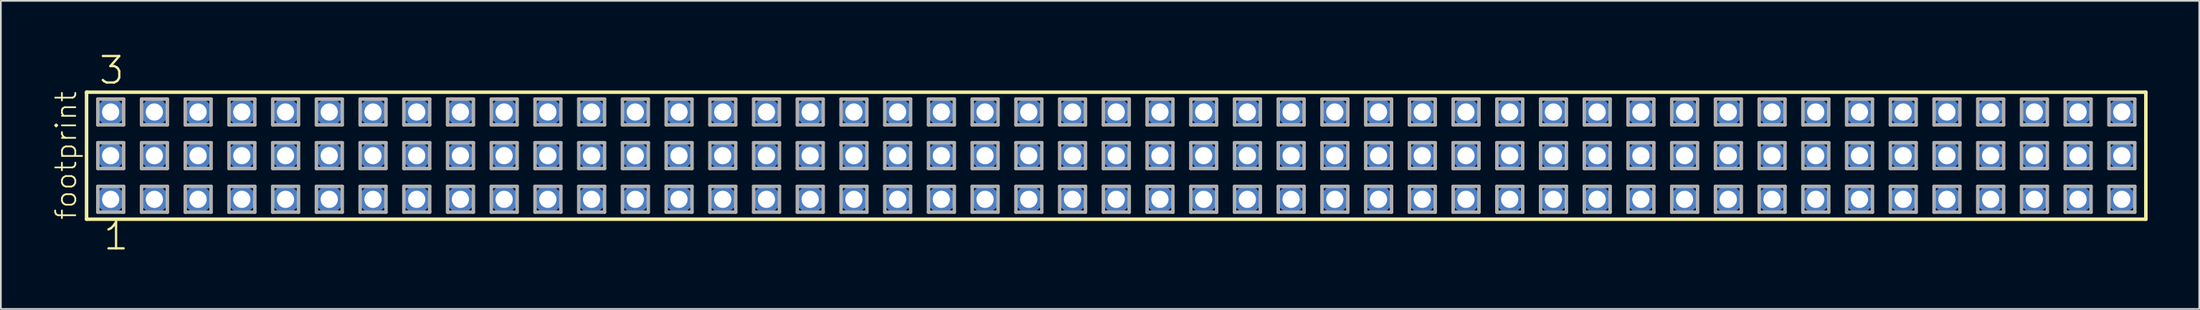
<source format=kicad_pcb>
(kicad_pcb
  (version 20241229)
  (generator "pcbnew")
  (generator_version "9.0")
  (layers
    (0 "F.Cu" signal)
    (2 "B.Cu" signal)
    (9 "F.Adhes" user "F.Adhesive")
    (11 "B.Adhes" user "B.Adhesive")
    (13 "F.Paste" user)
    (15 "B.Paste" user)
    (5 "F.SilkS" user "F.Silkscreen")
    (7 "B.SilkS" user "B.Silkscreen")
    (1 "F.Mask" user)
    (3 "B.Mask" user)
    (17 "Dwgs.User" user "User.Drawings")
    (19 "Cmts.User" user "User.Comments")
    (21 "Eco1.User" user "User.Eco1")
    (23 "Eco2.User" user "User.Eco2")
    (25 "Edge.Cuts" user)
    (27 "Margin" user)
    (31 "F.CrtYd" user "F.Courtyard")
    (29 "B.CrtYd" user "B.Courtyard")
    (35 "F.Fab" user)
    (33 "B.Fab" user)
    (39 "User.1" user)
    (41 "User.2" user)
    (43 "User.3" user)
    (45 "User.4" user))
  (footprint "footprint"
    (layer "F.Cu")
    (at 61.798 6.009)
    (property "Reference" "footprint" (at -60.325 3.81 90) (layer "F.SilkS") (effects (font (size 1.168 1.168) (thickness 0.102)) (justify left bottom)))
    (fp_line (start -59.819 -3.695) (end 59.819 -3.695) (stroke (width 0.203) (type solid)) (layer "F.SilkS"))
    (fp_line (start -59.819 3.695) (end -59.819 -3.695) (stroke (width 0.203) (type solid)) (layer "F.SilkS"))
    (fp_line (start 59.819 -3.695) (end 59.819 3.695) (stroke (width 0.203) (type solid)) (layer "F.SilkS"))
    (fp_line (start 59.819 3.695) (end -59.819 3.695) (stroke (width 0.203) (type solid)) (layer "F.SilkS"))
    (fp_line (start -59.165 -3.295) (end -57.665 -3.295) (stroke (width 0.203) (type solid)) (layer "F.Fab"))
    (fp_line (start -59.165 -1.795) (end -59.165 -3.295) (stroke (width 0.203) (type solid)) (layer "F.Fab"))
    (fp_line (start -59.165 -0.755) (end -57.665 -0.755) (stroke (width 0.203) (type solid)) (layer "F.Fab"))
    (fp_line (start -59.165 0.745) (end -59.165 -0.755) (stroke (width 0.203) (type solid)) (layer "F.Fab"))
    (fp_line (start -59.165 1.785) (end -57.665 1.785) (stroke (width 0.203) (type solid)) (layer "F.Fab"))
    (fp_line (start -59.165 3.285) (end -59.165 1.785) (stroke (width 0.203) (type solid)) (layer "F.Fab"))
    (fp_line (start -57.665 -3.295) (end -57.665 -1.795) (stroke (width 0.203) (type solid)) (layer "F.Fab"))
    (fp_line (start -57.665 -1.795) (end -59.165 -1.795) (stroke (width 0.203) (type solid)) (layer "F.Fab"))
    (fp_line (start -57.665 -0.755) (end -57.665 0.745) (stroke (width 0.203) (type solid)) (layer "F.Fab"))
    (fp_line (start -57.665 0.745) (end -59.165 0.745) (stroke (width 0.203) (type solid)) (layer "F.Fab"))
    (fp_line (start -57.665 1.785) (end -57.665 3.285) (stroke (width 0.203) (type solid)) (layer "F.Fab"))
    (fp_line (start -57.665 3.285) (end -59.165 3.285) (stroke (width 0.203) (type solid)) (layer "F.Fab"))
    (fp_line (start -56.625 -3.295) (end -55.125 -3.295) (stroke (width 0.203) (type solid)) (layer "F.Fab"))
    (fp_line (start -56.625 -1.795) (end -56.625 -3.295) (stroke (width 0.203) (type solid)) (layer "F.Fab"))
    (fp_line (start -56.625 -0.755) (end -55.125 -0.755) (stroke (width 0.203) (type solid)) (layer "F.Fab"))
    (fp_line (start -56.625 0.745) (end -56.625 -0.755) (stroke (width 0.203) (type solid)) (layer "F.Fab"))
    (fp_line (start -56.625 1.785) (end -55.125 1.785) (stroke (width 0.203) (type solid)) (layer "F.Fab"))
    (fp_line (start -56.625 3.285) (end -56.625 1.785) (stroke (width 0.203) (type solid)) (layer "F.Fab"))
    (fp_line (start -55.125 -3.295) (end -55.125 -1.795) (stroke (width 0.203) (type solid)) (layer "F.Fab"))
    (fp_line (start -55.125 -1.795) (end -56.625 -1.795) (stroke (width 0.203) (type solid)) (layer "F.Fab"))
    (fp_line (start -55.125 -0.755) (end -55.125 0.745) (stroke (width 0.203) (type solid)) (layer "F.Fab"))
    (fp_line (start -55.125 0.745) (end -56.625 0.745) (stroke (width 0.203) (type solid)) (layer "F.Fab"))
    (fp_line (start -55.125 1.785) (end -55.125 3.285) (stroke (width 0.203) (type solid)) (layer "F.Fab"))
    (fp_line (start -55.125 3.285) (end -56.625 3.285) (stroke (width 0.203) (type solid)) (layer "F.Fab"))
    (fp_line (start -54.085 -3.295) (end -52.585 -3.295) (stroke (width 0.203) (type solid)) (layer "F.Fab"))
    (fp_line (start -54.085 -1.795) (end -54.085 -3.295) (stroke (width 0.203) (type solid)) (layer "F.Fab"))
    (fp_line (start -54.085 -0.755) (end -52.585 -0.755) (stroke (width 0.203) (type solid)) (layer "F.Fab"))
    (fp_line (start -54.085 0.745) (end -54.085 -0.755) (stroke (width 0.203) (type solid)) (layer "F.Fab"))
    (fp_line (start -54.085 1.785) (end -52.585 1.785) (stroke (width 0.203) (type solid)) (layer "F.Fab"))
    (fp_line (start -54.085 3.285) (end -54.085 1.785) (stroke (width 0.203) (type solid)) (layer "F.Fab"))
    (fp_line (start -52.585 -3.295) (end -52.585 -1.795) (stroke (width 0.203) (type solid)) (layer "F.Fab"))
    (fp_line (start -52.585 -1.795) (end -54.085 -1.795) (stroke (width 0.203) (type solid)) (layer "F.Fab"))
    (fp_line (start -52.585 -0.755) (end -52.585 0.745) (stroke (width 0.203) (type solid)) (layer "F.Fab"))
    (fp_line (start -52.585 0.745) (end -54.085 0.745) (stroke (width 0.203) (type solid)) (layer "F.Fab"))
    (fp_line (start -52.585 1.785) (end -52.585 3.285) (stroke (width 0.203) (type solid)) (layer "F.Fab"))
    (fp_line (start -52.585 3.285) (end -54.085 3.285) (stroke (width 0.203) (type solid)) (layer "F.Fab"))
    (fp_line (start -51.545 -3.295) (end -50.045 -3.295) (stroke (width 0.203) (type solid)) (layer "F.Fab"))
    (fp_line (start -51.545 -1.795) (end -51.545 -3.295) (stroke (width 0.203) (type solid)) (layer "F.Fab"))
    (fp_line (start -51.545 -0.755) (end -50.045 -0.755) (stroke (width 0.203) (type solid)) (layer "F.Fab"))
    (fp_line (start -51.545 0.745) (end -51.545 -0.755) (stroke (width 0.203) (type solid)) (layer "F.Fab"))
    (fp_line (start -51.545 1.785) (end -50.045 1.785) (stroke (width 0.203) (type solid)) (layer "F.Fab"))
    (fp_line (start -51.545 3.285) (end -51.545 1.785) (stroke (width 0.203) (type solid)) (layer "F.Fab"))
    (fp_line (start -50.045 -3.295) (end -50.045 -1.795) (stroke (width 0.203) (type solid)) (layer "F.Fab"))
    (fp_line (start -50.045 -1.795) (end -51.545 -1.795) (stroke (width 0.203) (type solid)) (layer "F.Fab"))
    (fp_line (start -50.045 -0.755) (end -50.045 0.745) (stroke (width 0.203) (type solid)) (layer "F.Fab"))
    (fp_line (start -50.045 0.745) (end -51.545 0.745) (stroke (width 0.203) (type solid)) (layer "F.Fab"))
    (fp_line (start -50.045 1.785) (end -50.045 3.285) (stroke (width 0.203) (type solid)) (layer "F.Fab"))
    (fp_line (start -50.045 3.285) (end -51.545 3.285) (stroke (width 0.203) (type solid)) (layer "F.Fab"))
    (fp_line (start -49.005 -3.295) (end -47.505 -3.295) (stroke (width 0.203) (type solid)) (layer "F.Fab"))
    (fp_line (start -49.005 -1.795) (end -49.005 -3.295) (stroke (width 0.203) (type solid)) (layer "F.Fab"))
    (fp_line (start -49.005 -0.755) (end -47.505 -0.755) (stroke (width 0.203) (type solid)) (layer "F.Fab"))
    (fp_line (start -49.005 0.745) (end -49.005 -0.755) (stroke (width 0.203) (type solid)) (layer "F.Fab"))
    (fp_line (start -49.005 1.785) (end -47.505 1.785) (stroke (width 0.203) (type solid)) (layer "F.Fab"))
    (fp_line (start -49.005 3.285) (end -49.005 1.785) (stroke (width 0.203) (type solid)) (layer "F.Fab"))
    (fp_line (start -47.505 -3.295) (end -47.505 -1.795) (stroke (width 0.203) (type solid)) (layer "F.Fab"))
    (fp_line (start -47.505 -1.795) (end -49.005 -1.795) (stroke (width 0.203) (type solid)) (layer "F.Fab"))
    (fp_line (start -47.505 -0.755) (end -47.505 0.745) (stroke (width 0.203) (type solid)) (layer "F.Fab"))
    (fp_line (start -47.505 0.745) (end -49.005 0.745) (stroke (width 0.203) (type solid)) (layer "F.Fab"))
    (fp_line (start -47.505 1.785) (end -47.505 3.285) (stroke (width 0.203) (type solid)) (layer "F.Fab"))
    (fp_line (start -47.505 3.285) (end -49.005 3.285) (stroke (width 0.203) (type solid)) (layer "F.Fab"))
    (fp_line (start -46.465 -3.295) (end -44.965 -3.295) (stroke (width 0.203) (type solid)) (layer "F.Fab"))
    (fp_line (start -46.465 -1.795) (end -46.465 -3.295) (stroke (width 0.203) (type solid)) (layer "F.Fab"))
    (fp_line (start -46.465 -0.755) (end -44.965 -0.755) (stroke (width 0.203) (type solid)) (layer "F.Fab"))
    (fp_line (start -46.465 0.745) (end -46.465 -0.755) (stroke (width 0.203) (type solid)) (layer "F.Fab"))
    (fp_line (start -46.465 1.785) (end -44.965 1.785) (stroke (width 0.203) (type solid)) (layer "F.Fab"))
    (fp_line (start -46.465 3.285) (end -46.465 1.785) (stroke (width 0.203) (type solid)) (layer "F.Fab"))
    (fp_line (start -44.965 -3.295) (end -44.965 -1.795) (stroke (width 0.203) (type solid)) (layer "F.Fab"))
    (fp_line (start -44.965 -1.795) (end -46.465 -1.795) (stroke (width 0.203) (type solid)) (layer "F.Fab"))
    (fp_line (start -44.965 -0.755) (end -44.965 0.745) (stroke (width 0.203) (type solid)) (layer "F.Fab"))
    (fp_line (start -44.965 0.745) (end -46.465 0.745) (stroke (width 0.203) (type solid)) (layer "F.Fab"))
    (fp_line (start -44.965 1.785) (end -44.965 3.285) (stroke (width 0.203) (type solid)) (layer "F.Fab"))
    (fp_line (start -44.965 3.285) (end -46.465 3.285) (stroke (width 0.203) (type solid)) (layer "F.Fab"))
    (fp_line (start -43.925 -3.295) (end -42.425 -3.295) (stroke (width 0.203) (type solid)) (layer "F.Fab"))
    (fp_line (start -43.925 -1.795) (end -43.925 -3.295) (stroke (width 0.203) (type solid)) (layer "F.Fab"))
    (fp_line (start -43.925 -0.755) (end -42.425 -0.755) (stroke (width 0.203) (type solid)) (layer "F.Fab"))
    (fp_line (start -43.925 0.745) (end -43.925 -0.755) (stroke (width 0.203) (type solid)) (layer "F.Fab"))
    (fp_line (start -43.925 1.785) (end -42.425 1.785) (stroke (width 0.203) (type solid)) (layer "F.Fab"))
    (fp_line (start -43.925 3.285) (end -43.925 1.785) (stroke (width 0.203) (type solid)) (layer "F.Fab"))
    (fp_line (start -42.425 -3.295) (end -42.425 -1.795) (stroke (width 0.203) (type solid)) (layer "F.Fab"))
    (fp_line (start -42.425 -1.795) (end -43.925 -1.795) (stroke (width 0.203) (type solid)) (layer "F.Fab"))
    (fp_line (start -42.425 -0.755) (end -42.425 0.745) (stroke (width 0.203) (type solid)) (layer "F.Fab"))
    (fp_line (start -42.425 0.745) (end -43.925 0.745) (stroke (width 0.203) (type solid)) (layer "F.Fab"))
    (fp_line (start -42.425 1.785) (end -42.425 3.285) (stroke (width 0.203) (type solid)) (layer "F.Fab"))
    (fp_line (start -42.425 3.285) (end -43.925 3.285) (stroke (width 0.203) (type solid)) (layer "F.Fab"))
    (fp_line (start -41.385 -3.295) (end -39.885 -3.295) (stroke (width 0.203) (type solid)) (layer "F.Fab"))
    (fp_line (start -41.385 -1.795) (end -41.385 -3.295) (stroke (width 0.203) (type solid)) (layer "F.Fab"))
    (fp_line (start -41.385 -0.755) (end -39.885 -0.755) (stroke (width 0.203) (type solid)) (layer "F.Fab"))
    (fp_line (start -41.385 0.745) (end -41.385 -0.755) (stroke (width 0.203) (type solid)) (layer "F.Fab"))
    (fp_line (start -41.385 1.785) (end -39.885 1.785) (stroke (width 0.203) (type solid)) (layer "F.Fab"))
    (fp_line (start -41.385 3.285) (end -41.385 1.785) (stroke (width 0.203) (type solid)) (layer "F.Fab"))
    (fp_line (start -39.885 -3.295) (end -39.885 -1.795) (stroke (width 0.203) (type solid)) (layer "F.Fab"))
    (fp_line (start -39.885 -1.795) (end -41.385 -1.795) (stroke (width 0.203) (type solid)) (layer "F.Fab"))
    (fp_line (start -39.885 -0.755) (end -39.885 0.745) (stroke (width 0.203) (type solid)) (layer "F.Fab"))
    (fp_line (start -39.885 0.745) (end -41.385 0.745) (stroke (width 0.203) (type solid)) (layer "F.Fab"))
    (fp_line (start -39.885 1.785) (end -39.885 3.285) (stroke (width 0.203) (type solid)) (layer "F.Fab"))
    (fp_line (start -39.885 3.285) (end -41.385 3.285) (stroke (width 0.203) (type solid)) (layer "F.Fab"))
    (fp_line (start -38.845 -3.295) (end -37.345 -3.295) (stroke (width 0.203) (type solid)) (layer "F.Fab"))
    (fp_line (start -38.845 -1.795) (end -38.845 -3.295) (stroke (width 0.203) (type solid)) (layer "F.Fab"))
    (fp_line (start -38.845 -0.755) (end -37.345 -0.755) (stroke (width 0.203) (type solid)) (layer "F.Fab"))
    (fp_line (start -38.845 0.745) (end -38.845 -0.755) (stroke (width 0.203) (type solid)) (layer "F.Fab"))
    (fp_line (start -38.845 1.785) (end -37.345 1.785) (stroke (width 0.203) (type solid)) (layer "F.Fab"))
    (fp_line (start -38.845 3.285) (end -38.845 1.785) (stroke (width 0.203) (type solid)) (layer "F.Fab"))
    (fp_line (start -37.345 -3.295) (end -37.345 -1.795) (stroke (width 0.203) (type solid)) (layer "F.Fab"))
    (fp_line (start -37.345 -1.795) (end -38.845 -1.795) (stroke (width 0.203) (type solid)) (layer "F.Fab"))
    (fp_line (start -37.345 -0.755) (end -37.345 0.745) (stroke (width 0.203) (type solid)) (layer "F.Fab"))
    (fp_line (start -37.345 0.745) (end -38.845 0.745) (stroke (width 0.203) (type solid)) (layer "F.Fab"))
    (fp_line (start -37.345 1.785) (end -37.345 3.285) (stroke (width 0.203) (type solid)) (layer "F.Fab"))
    (fp_line (start -37.345 3.285) (end -38.845 3.285) (stroke (width 0.203) (type solid)) (layer "F.Fab"))
    (fp_line (start -36.305 -3.295) (end -34.805 -3.295) (stroke (width 0.203) (type solid)) (layer "F.Fab"))
    (fp_line (start -36.305 -1.795) (end -36.305 -3.295) (stroke (width 0.203) (type solid)) (layer "F.Fab"))
    (fp_line (start -36.305 -0.755) (end -34.805 -0.755) (stroke (width 0.203) (type solid)) (layer "F.Fab"))
    (fp_line (start -36.305 0.745) (end -36.305 -0.755) (stroke (width 0.203) (type solid)) (layer "F.Fab"))
    (fp_line (start -36.305 1.785) (end -34.805 1.785) (stroke (width 0.203) (type solid)) (layer "F.Fab"))
    (fp_line (start -36.305 3.285) (end -36.305 1.785) (stroke (width 0.203) (type solid)) (layer "F.Fab"))
    (fp_line (start -34.805 -3.295) (end -34.805 -1.795) (stroke (width 0.203) (type solid)) (layer "F.Fab"))
    (fp_line (start -34.805 -1.795) (end -36.305 -1.795) (stroke (width 0.203) (type solid)) (layer "F.Fab"))
    (fp_line (start -34.805 -0.755) (end -34.805 0.745) (stroke (width 0.203) (type solid)) (layer "F.Fab"))
    (fp_line (start -34.805 0.745) (end -36.305 0.745) (stroke (width 0.203) (type solid)) (layer "F.Fab"))
    (fp_line (start -34.805 1.785) (end -34.805 3.285) (stroke (width 0.203) (type solid)) (layer "F.Fab"))
    (fp_line (start -34.805 3.285) (end -36.305 3.285) (stroke (width 0.203) (type solid)) (layer "F.Fab"))
    (fp_line (start -33.765 -3.295) (end -32.265 -3.295) (stroke (width 0.203) (type solid)) (layer "F.Fab"))
    (fp_line (start -33.765 -1.795) (end -33.765 -3.295) (stroke (width 0.203) (type solid)) (layer "F.Fab"))
    (fp_line (start -33.765 -0.755) (end -32.265 -0.755) (stroke (width 0.203) (type solid)) (layer "F.Fab"))
    (fp_line (start -33.765 0.745) (end -33.765 -0.755) (stroke (width 0.203) (type solid)) (layer "F.Fab"))
    (fp_line (start -33.765 1.785) (end -32.265 1.785) (stroke (width 0.203) (type solid)) (layer "F.Fab"))
    (fp_line (start -33.765 3.285) (end -33.765 1.785) (stroke (width 0.203) (type solid)) (layer "F.Fab"))
    (fp_line (start -32.265 -3.295) (end -32.265 -1.795) (stroke (width 0.203) (type solid)) (layer "F.Fab"))
    (fp_line (start -32.265 -1.795) (end -33.765 -1.795) (stroke (width 0.203) (type solid)) (layer "F.Fab"))
    (fp_line (start -32.265 -0.755) (end -32.265 0.745) (stroke (width 0.203) (type solid)) (layer "F.Fab"))
    (fp_line (start -32.265 0.745) (end -33.765 0.745) (stroke (width 0.203) (type solid)) (layer "F.Fab"))
    (fp_line (start -32.265 1.785) (end -32.265 3.285) (stroke (width 0.203) (type solid)) (layer "F.Fab"))
    (fp_line (start -32.265 3.285) (end -33.765 3.285) (stroke (width 0.203) (type solid)) (layer "F.Fab"))
    (fp_line (start -31.225 -3.295) (end -29.725 -3.295) (stroke (width 0.203) (type solid)) (layer "F.Fab"))
    (fp_line (start -31.225 -1.795) (end -31.225 -3.295) (stroke (width 0.203) (type solid)) (layer "F.Fab"))
    (fp_line (start -31.225 -0.755) (end -29.725 -0.755) (stroke (width 0.203) (type solid)) (layer "F.Fab"))
    (fp_line (start -31.225 0.745) (end -31.225 -0.755) (stroke (width 0.203) (type solid)) (layer "F.Fab"))
    (fp_line (start -31.225 1.785) (end -29.725 1.785) (stroke (width 0.203) (type solid)) (layer "F.Fab"))
    (fp_line (start -31.225 3.285) (end -31.225 1.785) (stroke (width 0.203) (type solid)) (layer "F.Fab"))
    (fp_line (start -29.725 -3.295) (end -29.725 -1.795) (stroke (width 0.203) (type solid)) (layer "F.Fab"))
    (fp_line (start -29.725 -1.795) (end -31.225 -1.795) (stroke (width 0.203) (type solid)) (layer "F.Fab"))
    (fp_line (start -29.725 -0.755) (end -29.725 0.745) (stroke (width 0.203) (type solid)) (layer "F.Fab"))
    (fp_line (start -29.725 0.745) (end -31.225 0.745) (stroke (width 0.203) (type solid)) (layer "F.Fab"))
    (fp_line (start -29.725 1.785) (end -29.725 3.285) (stroke (width 0.203) (type solid)) (layer "F.Fab"))
    (fp_line (start -29.725 3.285) (end -31.225 3.285) (stroke (width 0.203) (type solid)) (layer "F.Fab"))
    (fp_line (start -28.685 -3.295) (end -27.185 -3.295) (stroke (width 0.203) (type solid)) (layer "F.Fab"))
    (fp_line (start -28.685 -1.795) (end -28.685 -3.295) (stroke (width 0.203) (type solid)) (layer "F.Fab"))
    (fp_line (start -28.685 -0.755) (end -27.185 -0.755) (stroke (width 0.203) (type solid)) (layer "F.Fab"))
    (fp_line (start -28.685 0.745) (end -28.685 -0.755) (stroke (width 0.203) (type solid)) (layer "F.Fab"))
    (fp_line (start -28.685 1.785) (end -27.185 1.785) (stroke (width 0.203) (type solid)) (layer "F.Fab"))
    (fp_line (start -28.685 3.285) (end -28.685 1.785) (stroke (width 0.203) (type solid)) (layer "F.Fab"))
    (fp_line (start -27.185 -3.295) (end -27.185 -1.795) (stroke (width 0.203) (type solid)) (layer "F.Fab"))
    (fp_line (start -27.185 -1.795) (end -28.685 -1.795) (stroke (width 0.203) (type solid)) (layer "F.Fab"))
    (fp_line (start -27.185 -0.755) (end -27.185 0.745) (stroke (width 0.203) (type solid)) (layer "F.Fab"))
    (fp_line (start -27.185 0.745) (end -28.685 0.745) (stroke (width 0.203) (type solid)) (layer "F.Fab"))
    (fp_line (start -27.185 1.785) (end -27.185 3.285) (stroke (width 0.203) (type solid)) (layer "F.Fab"))
    (fp_line (start -27.185 3.285) (end -28.685 3.285) (stroke (width 0.203) (type solid)) (layer "F.Fab"))
    (fp_line (start -26.145 -3.295) (end -24.645 -3.295) (stroke (width 0.203) (type solid)) (layer "F.Fab"))
    (fp_line (start -26.145 -1.795) (end -26.145 -3.295) (stroke (width 0.203) (type solid)) (layer "F.Fab"))
    (fp_line (start -26.145 -0.755) (end -24.645 -0.755) (stroke (width 0.203) (type solid)) (layer "F.Fab"))
    (fp_line (start -26.145 0.745) (end -26.145 -0.755) (stroke (width 0.203) (type solid)) (layer "F.Fab"))
    (fp_line (start -26.145 1.785) (end -24.645 1.785) (stroke (width 0.203) (type solid)) (layer "F.Fab"))
    (fp_line (start -26.145 3.285) (end -26.145 1.785) (stroke (width 0.203) (type solid)) (layer "F.Fab"))
    (fp_line (start -24.645 -3.295) (end -24.645 -1.795) (stroke (width 0.203) (type solid)) (layer "F.Fab"))
    (fp_line (start -24.645 -1.795) (end -26.145 -1.795) (stroke (width 0.203) (type solid)) (layer "F.Fab"))
    (fp_line (start -24.645 -0.755) (end -24.645 0.745) (stroke (width 0.203) (type solid)) (layer "F.Fab"))
    (fp_line (start -24.645 0.745) (end -26.145 0.745) (stroke (width 0.203) (type solid)) (layer "F.Fab"))
    (fp_line (start -24.645 1.785) (end -24.645 3.285) (stroke (width 0.203) (type solid)) (layer "F.Fab"))
    (fp_line (start -24.645 3.285) (end -26.145 3.285) (stroke (width 0.203) (type solid)) (layer "F.Fab"))
    (fp_line (start -23.605 -3.295) (end -22.105 -3.295) (stroke (width 0.203) (type solid)) (layer "F.Fab"))
    (fp_line (start -23.605 -1.795) (end -23.605 -3.295) (stroke (width 0.203) (type solid)) (layer "F.Fab"))
    (fp_line (start -23.605 -0.755) (end -22.105 -0.755) (stroke (width 0.203) (type solid)) (layer "F.Fab"))
    (fp_line (start -23.605 0.745) (end -23.605 -0.755) (stroke (width 0.203) (type solid)) (layer "F.Fab"))
    (fp_line (start -23.605 1.785) (end -22.105 1.785) (stroke (width 0.203) (type solid)) (layer "F.Fab"))
    (fp_line (start -23.605 3.285) (end -23.605 1.785) (stroke (width 0.203) (type solid)) (layer "F.Fab"))
    (fp_line (start -22.105 -3.295) (end -22.105 -1.795) (stroke (width 0.203) (type solid)) (layer "F.Fab"))
    (fp_line (start -22.105 -1.795) (end -23.605 -1.795) (stroke (width 0.203) (type solid)) (layer "F.Fab"))
    (fp_line (start -22.105 -0.755) (end -22.105 0.745) (stroke (width 0.203) (type solid)) (layer "F.Fab"))
    (fp_line (start -22.105 0.745) (end -23.605 0.745) (stroke (width 0.203) (type solid)) (layer "F.Fab"))
    (fp_line (start -22.105 1.785) (end -22.105 3.285) (stroke (width 0.203) (type solid)) (layer "F.Fab"))
    (fp_line (start -22.105 3.285) (end -23.605 3.285) (stroke (width 0.203) (type solid)) (layer "F.Fab"))
    (fp_line (start -21.065 -3.295) (end -19.565 -3.295) (stroke (width 0.203) (type solid)) (layer "F.Fab"))
    (fp_line (start -21.065 -1.795) (end -21.065 -3.295) (stroke (width 0.203) (type solid)) (layer "F.Fab"))
    (fp_line (start -21.065 -0.755) (end -19.565 -0.755) (stroke (width 0.203) (type solid)) (layer "F.Fab"))
    (fp_line (start -21.065 0.745) (end -21.065 -0.755) (stroke (width 0.203) (type solid)) (layer "F.Fab"))
    (fp_line (start -21.065 1.785) (end -19.565 1.785) (stroke (width 0.203) (type solid)) (layer "F.Fab"))
    (fp_line (start -21.065 3.285) (end -21.065 1.785) (stroke (width 0.203) (type solid)) (layer "F.Fab"))
    (fp_line (start -19.565 -3.295) (end -19.565 -1.795) (stroke (width 0.203) (type solid)) (layer "F.Fab"))
    (fp_line (start -19.565 -1.795) (end -21.065 -1.795) (stroke (width 0.203) (type solid)) (layer "F.Fab"))
    (fp_line (start -19.565 -0.755) (end -19.565 0.745) (stroke (width 0.203) (type solid)) (layer "F.Fab"))
    (fp_line (start -19.565 0.745) (end -21.065 0.745) (stroke (width 0.203) (type solid)) (layer "F.Fab"))
    (fp_line (start -19.565 1.785) (end -19.565 3.285) (stroke (width 0.203) (type solid)) (layer "F.Fab"))
    (fp_line (start -19.565 3.285) (end -21.065 3.285) (stroke (width 0.203) (type solid)) (layer "F.Fab"))
    (fp_line (start -18.525 -3.295) (end -17.025 -3.295) (stroke (width 0.203) (type solid)) (layer "F.Fab"))
    (fp_line (start -18.525 -1.795) (end -18.525 -3.295) (stroke (width 0.203) (type solid)) (layer "F.Fab"))
    (fp_line (start -18.525 -0.755) (end -17.025 -0.755) (stroke (width 0.203) (type solid)) (layer "F.Fab"))
    (fp_line (start -18.525 0.745) (end -18.525 -0.755) (stroke (width 0.203) (type solid)) (layer "F.Fab"))
    (fp_line (start -18.525 1.785) (end -17.025 1.785) (stroke (width 0.203) (type solid)) (layer "F.Fab"))
    (fp_line (start -18.525 3.285) (end -18.525 1.785) (stroke (width 0.203) (type solid)) (layer "F.Fab"))
    (fp_line (start -17.025 -3.295) (end -17.025 -1.795) (stroke (width 0.203) (type solid)) (layer "F.Fab"))
    (fp_line (start -17.025 -1.795) (end -18.525 -1.795) (stroke (width 0.203) (type solid)) (layer "F.Fab"))
    (fp_line (start -17.025 -0.755) (end -17.025 0.745) (stroke (width 0.203) (type solid)) (layer "F.Fab"))
    (fp_line (start -17.025 0.745) (end -18.525 0.745) (stroke (width 0.203) (type solid)) (layer "F.Fab"))
    (fp_line (start -17.025 1.785) (end -17.025 3.285) (stroke (width 0.203) (type solid)) (layer "F.Fab"))
    (fp_line (start -17.025 3.285) (end -18.525 3.285) (stroke (width 0.203) (type solid)) (layer "F.Fab"))
    (fp_line (start -15.985 -3.295) (end -14.485 -3.295) (stroke (width 0.203) (type solid)) (layer "F.Fab"))
    (fp_line (start -15.985 -1.795) (end -15.985 -3.295) (stroke (width 0.203) (type solid)) (layer "F.Fab"))
    (fp_line (start -15.985 -0.755) (end -14.485 -0.755) (stroke (width 0.203) (type solid)) (layer "F.Fab"))
    (fp_line (start -15.985 0.745) (end -15.985 -0.755) (stroke (width 0.203) (type solid)) (layer "F.Fab"))
    (fp_line (start -15.985 1.785) (end -14.485 1.785) (stroke (width 0.203) (type solid)) (layer "F.Fab"))
    (fp_line (start -15.985 3.285) (end -15.985 1.785) (stroke (width 0.203) (type solid)) (layer "F.Fab"))
    (fp_line (start -14.485 -3.295) (end -14.485 -1.795) (stroke (width 0.203) (type solid)) (layer "F.Fab"))
    (fp_line (start -14.485 -1.795) (end -15.985 -1.795) (stroke (width 0.203) (type solid)) (layer "F.Fab"))
    (fp_line (start -14.485 -0.755) (end -14.485 0.745) (stroke (width 0.203) (type solid)) (layer "F.Fab"))
    (fp_line (start -14.485 0.745) (end -15.985 0.745) (stroke (width 0.203) (type solid)) (layer "F.Fab"))
    (fp_line (start -14.485 1.785) (end -14.485 3.285) (stroke (width 0.203) (type solid)) (layer "F.Fab"))
    (fp_line (start -14.485 3.285) (end -15.985 3.285) (stroke (width 0.203) (type solid)) (layer "F.Fab"))
    (fp_line (start -13.445 -3.295) (end -11.945 -3.295) (stroke (width 0.203) (type solid)) (layer "F.Fab"))
    (fp_line (start -13.445 -1.795) (end -13.445 -3.295) (stroke (width 0.203) (type solid)) (layer "F.Fab"))
    (fp_line (start -13.445 -0.755) (end -11.945 -0.755) (stroke (width 0.203) (type solid)) (layer "F.Fab"))
    (fp_line (start -13.445 0.745) (end -13.445 -0.755) (stroke (width 0.203) (type solid)) (layer "F.Fab"))
    (fp_line (start -13.445 1.785) (end -11.945 1.785) (stroke (width 0.203) (type solid)) (layer "F.Fab"))
    (fp_line (start -13.445 3.285) (end -13.445 1.785) (stroke (width 0.203) (type solid)) (layer "F.Fab"))
    (fp_line (start -11.945 -3.295) (end -11.945 -1.795) (stroke (width 0.203) (type solid)) (layer "F.Fab"))
    (fp_line (start -11.945 -1.795) (end -13.445 -1.795) (stroke (width 0.203) (type solid)) (layer "F.Fab"))
    (fp_line (start -11.945 -0.755) (end -11.945 0.745) (stroke (width 0.203) (type solid)) (layer "F.Fab"))
    (fp_line (start -11.945 0.745) (end -13.445 0.745) (stroke (width 0.203) (type solid)) (layer "F.Fab"))
    (fp_line (start -11.945 1.785) (end -11.945 3.285) (stroke (width 0.203) (type solid)) (layer "F.Fab"))
    (fp_line (start -11.945 3.285) (end -13.445 3.285) (stroke (width 0.203) (type solid)) (layer "F.Fab"))
    (fp_line (start -10.905 -3.295) (end -9.405 -3.295) (stroke (width 0.203) (type solid)) (layer "F.Fab"))
    (fp_line (start -10.905 -1.795) (end -10.905 -3.295) (stroke (width 0.203) (type solid)) (layer "F.Fab"))
    (fp_line (start -10.905 -0.755) (end -9.405 -0.755) (stroke (width 0.203) (type solid)) (layer "F.Fab"))
    (fp_line (start -10.905 0.745) (end -10.905 -0.755) (stroke (width 0.203) (type solid)) (layer "F.Fab"))
    (fp_line (start -10.905 1.785) (end -9.405 1.785) (stroke (width 0.203) (type solid)) (layer "F.Fab"))
    (fp_line (start -10.905 3.285) (end -10.905 1.785) (stroke (width 0.203) (type solid)) (layer "F.Fab"))
    (fp_line (start -9.405 -3.295) (end -9.405 -1.795) (stroke (width 0.203) (type solid)) (layer "F.Fab"))
    (fp_line (start -9.405 -1.795) (end -10.905 -1.795) (stroke (width 0.203) (type solid)) (layer "F.Fab"))
    (fp_line (start -9.405 -0.755) (end -9.405 0.745) (stroke (width 0.203) (type solid)) (layer "F.Fab"))
    (fp_line (start -9.405 0.745) (end -10.905 0.745) (stroke (width 0.203) (type solid)) (layer "F.Fab"))
    (fp_line (start -9.405 1.785) (end -9.405 3.285) (stroke (width 0.203) (type solid)) (layer "F.Fab"))
    (fp_line (start -9.405 3.285) (end -10.905 3.285) (stroke (width 0.203) (type solid)) (layer "F.Fab"))
    (fp_line (start -8.365 -3.295) (end -6.865 -3.295) (stroke (width 0.203) (type solid)) (layer "F.Fab"))
    (fp_line (start -8.365 -1.795) (end -8.365 -3.295) (stroke (width 0.203) (type solid)) (layer "F.Fab"))
    (fp_line (start -8.365 -0.755) (end -6.865 -0.755) (stroke (width 0.203) (type solid)) (layer "F.Fab"))
    (fp_line (start -8.365 0.745) (end -8.365 -0.755) (stroke (width 0.203) (type solid)) (layer "F.Fab"))
    (fp_line (start -8.365 1.785) (end -6.865 1.785) (stroke (width 0.203) (type solid)) (layer "F.Fab"))
    (fp_line (start -8.365 3.285) (end -8.365 1.785) (stroke (width 0.203) (type solid)) (layer "F.Fab"))
    (fp_line (start -6.865 -3.295) (end -6.865 -1.795) (stroke (width 0.203) (type solid)) (layer "F.Fab"))
    (fp_line (start -6.865 -1.795) (end -8.365 -1.795) (stroke (width 0.203) (type solid)) (layer "F.Fab"))
    (fp_line (start -6.865 -0.755) (end -6.865 0.745) (stroke (width 0.203) (type solid)) (layer "F.Fab"))
    (fp_line (start -6.865 0.745) (end -8.365 0.745) (stroke (width 0.203) (type solid)) (layer "F.Fab"))
    (fp_line (start -6.865 1.785) (end -6.865 3.285) (stroke (width 0.203) (type solid)) (layer "F.Fab"))
    (fp_line (start -6.865 3.285) (end -8.365 3.285) (stroke (width 0.203) (type solid)) (layer "F.Fab"))
    (fp_line (start -5.825 -3.295) (end -4.325 -3.295) (stroke (width 0.203) (type solid)) (layer "F.Fab"))
    (fp_line (start -5.825 -1.795) (end -5.825 -3.295) (stroke (width 0.203) (type solid)) (layer "F.Fab"))
    (fp_line (start -5.825 -0.755) (end -4.325 -0.755) (stroke (width 0.203) (type solid)) (layer "F.Fab"))
    (fp_line (start -5.825 0.745) (end -5.825 -0.755) (stroke (width 0.203) (type solid)) (layer "F.Fab"))
    (fp_line (start -5.825 1.785) (end -4.325 1.785) (stroke (width 0.203) (type solid)) (layer "F.Fab"))
    (fp_line (start -5.825 3.285) (end -5.825 1.785) (stroke (width 0.203) (type solid)) (layer "F.Fab"))
    (fp_line (start -4.325 -3.295) (end -4.325 -1.795) (stroke (width 0.203) (type solid)) (layer "F.Fab"))
    (fp_line (start -4.325 -1.795) (end -5.825 -1.795) (stroke (width 0.203) (type solid)) (layer "F.Fab"))
    (fp_line (start -4.325 -0.755) (end -4.325 0.745) (stroke (width 0.203) (type solid)) (layer "F.Fab"))
    (fp_line (start -4.325 0.745) (end -5.825 0.745) (stroke (width 0.203) (type solid)) (layer "F.Fab"))
    (fp_line (start -4.325 1.785) (end -4.325 3.285) (stroke (width 0.203) (type solid)) (layer "F.Fab"))
    (fp_line (start -4.325 3.285) (end -5.825 3.285) (stroke (width 0.203) (type solid)) (layer "F.Fab"))
    (fp_line (start -3.285 -3.295) (end -1.785 -3.295) (stroke (width 0.203) (type solid)) (layer "F.Fab"))
    (fp_line (start -3.285 -1.795) (end -3.285 -3.295) (stroke (width 0.203) (type solid)) (layer "F.Fab"))
    (fp_line (start -3.285 -0.755) (end -1.785 -0.755) (stroke (width 0.203) (type solid)) (layer "F.Fab"))
    (fp_line (start -3.285 0.745) (end -3.285 -0.755) (stroke (width 0.203) (type solid)) (layer "F.Fab"))
    (fp_line (start -3.285 1.785) (end -1.785 1.785) (stroke (width 0.203) (type solid)) (layer "F.Fab"))
    (fp_line (start -3.285 3.285) (end -3.285 1.785) (stroke (width 0.203) (type solid)) (layer "F.Fab"))
    (fp_line (start -1.785 -3.295) (end -1.785 -1.795) (stroke (width 0.203) (type solid)) (layer "F.Fab"))
    (fp_line (start -1.785 -1.795) (end -3.285 -1.795) (stroke (width 0.203) (type solid)) (layer "F.Fab"))
    (fp_line (start -1.785 -0.755) (end -1.785 0.745) (stroke (width 0.203) (type solid)) (layer "F.Fab"))
    (fp_line (start -1.785 0.745) (end -3.285 0.745) (stroke (width 0.203) (type solid)) (layer "F.Fab"))
    (fp_line (start -1.785 1.785) (end -1.785 3.285) (stroke (width 0.203) (type solid)) (layer "F.Fab"))
    (fp_line (start -1.785 3.285) (end -3.285 3.285) (stroke (width 0.203) (type solid)) (layer "F.Fab"))
    (fp_line (start -0.745 -3.295) (end 0.755 -3.295) (stroke (width 0.203) (type solid)) (layer "F.Fab"))
    (fp_line (start -0.745 -1.795) (end -0.745 -3.295) (stroke (width 0.203) (type solid)) (layer "F.Fab"))
    (fp_line (start -0.745 -0.755) (end 0.755 -0.755) (stroke (width 0.203) (type solid)) (layer "F.Fab"))
    (fp_line (start -0.745 0.745) (end -0.745 -0.755) (stroke (width 0.203) (type solid)) (layer "F.Fab"))
    (fp_line (start -0.745 1.785) (end 0.755 1.785) (stroke (width 0.203) (type solid)) (layer "F.Fab"))
    (fp_line (start -0.745 3.285) (end -0.745 1.785) (stroke (width 0.203) (type solid)) (layer "F.Fab"))
    (fp_line (start 0.755 -3.295) (end 0.755 -1.795) (stroke (width 0.203) (type solid)) (layer "F.Fab"))
    (fp_line (start 0.755 -1.795) (end -0.745 -1.795) (stroke (width 0.203) (type solid)) (layer "F.Fab"))
    (fp_line (start 0.755 -0.755) (end 0.755 0.745) (stroke (width 0.203) (type solid)) (layer "F.Fab"))
    (fp_line (start 0.755 0.745) (end -0.745 0.745) (stroke (width 0.203) (type solid)) (layer "F.Fab"))
    (fp_line (start 0.755 1.785) (end 0.755 3.285) (stroke (width 0.203) (type solid)) (layer "F.Fab"))
    (fp_line (start 0.755 3.285) (end -0.745 3.285) (stroke (width 0.203) (type solid)) (layer "F.Fab"))
    (fp_line (start 1.795 -3.295) (end 3.295 -3.295) (stroke (width 0.203) (type solid)) (layer "F.Fab"))
    (fp_line (start 1.795 -1.795) (end 1.795 -3.295) (stroke (width 0.203) (type solid)) (layer "F.Fab"))
    (fp_line (start 1.795 -0.755) (end 3.295 -0.755) (stroke (width 0.203) (type solid)) (layer "F.Fab"))
    (fp_line (start 1.795 0.745) (end 1.795 -0.755) (stroke (width 0.203) (type solid)) (layer "F.Fab"))
    (fp_line (start 1.795 1.785) (end 3.295 1.785) (stroke (width 0.203) (type solid)) (layer "F.Fab"))
    (fp_line (start 1.795 3.285) (end 1.795 1.785) (stroke (width 0.203) (type solid)) (layer "F.Fab"))
    (fp_line (start 3.295 -3.295) (end 3.295 -1.795) (stroke (width 0.203) (type solid)) (layer "F.Fab"))
    (fp_line (start 3.295 -1.795) (end 1.795 -1.795) (stroke (width 0.203) (type solid)) (layer "F.Fab"))
    (fp_line (start 3.295 -0.755) (end 3.295 0.745) (stroke (width 0.203) (type solid)) (layer "F.Fab"))
    (fp_line (start 3.295 0.745) (end 1.795 0.745) (stroke (width 0.203) (type solid)) (layer "F.Fab"))
    (fp_line (start 3.295 1.785) (end 3.295 3.285) (stroke (width 0.203) (type solid)) (layer "F.Fab"))
    (fp_line (start 3.295 3.285) (end 1.795 3.285) (stroke (width 0.203) (type solid)) (layer "F.Fab"))
    (fp_line (start 4.335 -3.295) (end 5.835 -3.295) (stroke (width 0.203) (type solid)) (layer "F.Fab"))
    (fp_line (start 4.335 -1.795) (end 4.335 -3.295) (stroke (width 0.203) (type solid)) (layer "F.Fab"))
    (fp_line (start 4.335 -0.755) (end 5.835 -0.755) (stroke (width 0.203) (type solid)) (layer "F.Fab"))
    (fp_line (start 4.335 0.745) (end 4.335 -0.755) (stroke (width 0.203) (type solid)) (layer "F.Fab"))
    (fp_line (start 4.335 1.785) (end 5.835 1.785) (stroke (width 0.203) (type solid)) (layer "F.Fab"))
    (fp_line (start 4.335 3.285) (end 4.335 1.785) (stroke (width 0.203) (type solid)) (layer "F.Fab"))
    (fp_line (start 5.835 -3.295) (end 5.835 -1.795) (stroke (width 0.203) (type solid)) (layer "F.Fab"))
    (fp_line (start 5.835 -1.795) (end 4.335 -1.795) (stroke (width 0.203) (type solid)) (layer "F.Fab"))
    (fp_line (start 5.835 -0.755) (end 5.835 0.745) (stroke (width 0.203) (type solid)) (layer "F.Fab"))
    (fp_line (start 5.835 0.745) (end 4.335 0.745) (stroke (width 0.203) (type solid)) (layer "F.Fab"))
    (fp_line (start 5.835 1.785) (end 5.835 3.285) (stroke (width 0.203) (type solid)) (layer "F.Fab"))
    (fp_line (start 5.835 3.285) (end 4.335 3.285) (stroke (width 0.203) (type solid)) (layer "F.Fab"))
    (fp_line (start 6.875 -3.295) (end 8.375 -3.295) (stroke (width 0.203) (type solid)) (layer "F.Fab"))
    (fp_line (start 6.875 -1.795) (end 6.875 -3.295) (stroke (width 0.203) (type solid)) (layer "F.Fab"))
    (fp_line (start 6.875 -0.755) (end 8.375 -0.755) (stroke (width 0.203) (type solid)) (layer "F.Fab"))
    (fp_line (start 6.875 0.745) (end 6.875 -0.755) (stroke (width 0.203) (type solid)) (layer "F.Fab"))
    (fp_line (start 6.875 1.785) (end 8.375 1.785) (stroke (width 0.203) (type solid)) (layer "F.Fab"))
    (fp_line (start 6.875 3.285) (end 6.875 1.785) (stroke (width 0.203) (type solid)) (layer "F.Fab"))
    (fp_line (start 8.375 -3.295) (end 8.375 -1.795) (stroke (width 0.203) (type solid)) (layer "F.Fab"))
    (fp_line (start 8.375 -1.795) (end 6.875 -1.795) (stroke (width 0.203) (type solid)) (layer "F.Fab"))
    (fp_line (start 8.375 -0.755) (end 8.375 0.745) (stroke (width 0.203) (type solid)) (layer "F.Fab"))
    (fp_line (start 8.375 0.745) (end 6.875 0.745) (stroke (width 0.203) (type solid)) (layer "F.Fab"))
    (fp_line (start 8.375 1.785) (end 8.375 3.285) (stroke (width 0.203) (type solid)) (layer "F.Fab"))
    (fp_line (start 8.375 3.285) (end 6.875 3.285) (stroke (width 0.203) (type solid)) (layer "F.Fab"))
    (fp_line (start 9.415 -3.295) (end 10.915 -3.295) (stroke (width 0.203) (type solid)) (layer "F.Fab"))
    (fp_line (start 9.415 -1.795) (end 9.415 -3.295) (stroke (width 0.203) (type solid)) (layer "F.Fab"))
    (fp_line (start 9.415 -0.755) (end 10.915 -0.755) (stroke (width 0.203) (type solid)) (layer "F.Fab"))
    (fp_line (start 9.415 0.745) (end 9.415 -0.755) (stroke (width 0.203) (type solid)) (layer "F.Fab"))
    (fp_line (start 9.415 1.785) (end 10.915 1.785) (stroke (width 0.203) (type solid)) (layer "F.Fab"))
    (fp_line (start 9.415 3.285) (end 9.415 1.785) (stroke (width 0.203) (type solid)) (layer "F.Fab"))
    (fp_line (start 10.915 -3.295) (end 10.915 -1.795) (stroke (width 0.203) (type solid)) (layer "F.Fab"))
    (fp_line (start 10.915 -1.795) (end 9.415 -1.795) (stroke (width 0.203) (type solid)) (layer "F.Fab"))
    (fp_line (start 10.915 -0.755) (end 10.915 0.745) (stroke (width 0.203) (type solid)) (layer "F.Fab"))
    (fp_line (start 10.915 0.745) (end 9.415 0.745) (stroke (width 0.203) (type solid)) (layer "F.Fab"))
    (fp_line (start 10.915 1.785) (end 10.915 3.285) (stroke (width 0.203) (type solid)) (layer "F.Fab"))
    (fp_line (start 10.915 3.285) (end 9.415 3.285) (stroke (width 0.203) (type solid)) (layer "F.Fab"))
    (fp_line (start 11.955 -3.295) (end 13.455 -3.295) (stroke (width 0.203) (type solid)) (layer "F.Fab"))
    (fp_line (start 11.955 -1.795) (end 11.955 -3.295) (stroke (width 0.203) (type solid)) (layer "F.Fab"))
    (fp_line (start 11.955 -0.755) (end 13.455 -0.755) (stroke (width 0.203) (type solid)) (layer "F.Fab"))
    (fp_line (start 11.955 0.745) (end 11.955 -0.755) (stroke (width 0.203) (type solid)) (layer "F.Fab"))
    (fp_line (start 11.955 1.785) (end 13.455 1.785) (stroke (width 0.203) (type solid)) (layer "F.Fab"))
    (fp_line (start 11.955 3.285) (end 11.955 1.785) (stroke (width 0.203) (type solid)) (layer "F.Fab"))
    (fp_line (start 13.455 -3.295) (end 13.455 -1.795) (stroke (width 0.203) (type solid)) (layer "F.Fab"))
    (fp_line (start 13.455 -1.795) (end 11.955 -1.795) (stroke (width 0.203) (type solid)) (layer "F.Fab"))
    (fp_line (start 13.455 -0.755) (end 13.455 0.745) (stroke (width 0.203) (type solid)) (layer "F.Fab"))
    (fp_line (start 13.455 0.745) (end 11.955 0.745) (stroke (width 0.203) (type solid)) (layer "F.Fab"))
    (fp_line (start 13.455 1.785) (end 13.455 3.285) (stroke (width 0.203) (type solid)) (layer "F.Fab"))
    (fp_line (start 13.455 3.285) (end 11.955 3.285) (stroke (width 0.203) (type solid)) (layer "F.Fab"))
    (fp_line (start 14.495 -3.295) (end 15.995 -3.295) (stroke (width 0.203) (type solid)) (layer "F.Fab"))
    (fp_line (start 14.495 -1.795) (end 14.495 -3.295) (stroke (width 0.203) (type solid)) (layer "F.Fab"))
    (fp_line (start 14.495 -0.755) (end 15.995 -0.755) (stroke (width 0.203) (type solid)) (layer "F.Fab"))
    (fp_line (start 14.495 0.745) (end 14.495 -0.755) (stroke (width 0.203) (type solid)) (layer "F.Fab"))
    (fp_line (start 14.495 1.785) (end 15.995 1.785) (stroke (width 0.203) (type solid)) (layer "F.Fab"))
    (fp_line (start 14.495 3.285) (end 14.495 1.785) (stroke (width 0.203) (type solid)) (layer "F.Fab"))
    (fp_line (start 15.995 -3.295) (end 15.995 -1.795) (stroke (width 0.203) (type solid)) (layer "F.Fab"))
    (fp_line (start 15.995 -1.795) (end 14.495 -1.795) (stroke (width 0.203) (type solid)) (layer "F.Fab"))
    (fp_line (start 15.995 -0.755) (end 15.995 0.745) (stroke (width 0.203) (type solid)) (layer "F.Fab"))
    (fp_line (start 15.995 0.745) (end 14.495 0.745) (stroke (width 0.203) (type solid)) (layer "F.Fab"))
    (fp_line (start 15.995 1.785) (end 15.995 3.285) (stroke (width 0.203) (type solid)) (layer "F.Fab"))
    (fp_line (start 15.995 3.285) (end 14.495 3.285) (stroke (width 0.203) (type solid)) (layer "F.Fab"))
    (fp_line (start 17.035 -3.295) (end 18.535 -3.295) (stroke (width 0.203) (type solid)) (layer "F.Fab"))
    (fp_line (start 17.035 -1.795) (end 17.035 -3.295) (stroke (width 0.203) (type solid)) (layer "F.Fab"))
    (fp_line (start 17.035 -0.755) (end 18.535 -0.755) (stroke (width 0.203) (type solid)) (layer "F.Fab"))
    (fp_line (start 17.035 0.745) (end 17.035 -0.755) (stroke (width 0.203) (type solid)) (layer "F.Fab"))
    (fp_line (start 17.035 1.785) (end 18.535 1.785) (stroke (width 0.203) (type solid)) (layer "F.Fab"))
    (fp_line (start 17.035 3.285) (end 17.035 1.785) (stroke (width 0.203) (type solid)) (layer "F.Fab"))
    (fp_line (start 18.535 -3.295) (end 18.535 -1.795) (stroke (width 0.203) (type solid)) (layer "F.Fab"))
    (fp_line (start 18.535 -1.795) (end 17.035 -1.795) (stroke (width 0.203) (type solid)) (layer "F.Fab"))
    (fp_line (start 18.535 -0.755) (end 18.535 0.745) (stroke (width 0.203) (type solid)) (layer "F.Fab"))
    (fp_line (start 18.535 0.745) (end 17.035 0.745) (stroke (width 0.203) (type solid)) (layer "F.Fab"))
    (fp_line (start 18.535 1.785) (end 18.535 3.285) (stroke (width 0.203) (type solid)) (layer "F.Fab"))
    (fp_line (start 18.535 3.285) (end 17.035 3.285) (stroke (width 0.203) (type solid)) (layer "F.Fab"))
    (fp_line (start 19.575 -3.295) (end 21.075 -3.295) (stroke (width 0.203) (type solid)) (layer "F.Fab"))
    (fp_line (start 19.575 -1.795) (end 19.575 -3.295) (stroke (width 0.203) (type solid)) (layer "F.Fab"))
    (fp_line (start 19.575 -0.755) (end 21.075 -0.755) (stroke (width 0.203) (type solid)) (layer "F.Fab"))
    (fp_line (start 19.575 0.745) (end 19.575 -0.755) (stroke (width 0.203) (type solid)) (layer "F.Fab"))
    (fp_line (start 19.575 1.785) (end 21.075 1.785) (stroke (width 0.203) (type solid)) (layer "F.Fab"))
    (fp_line (start 19.575 3.285) (end 19.575 1.785) (stroke (width 0.203) (type solid)) (layer "F.Fab"))
    (fp_line (start 21.075 -3.295) (end 21.075 -1.795) (stroke (width 0.203) (type solid)) (layer "F.Fab"))
    (fp_line (start 21.075 -1.795) (end 19.575 -1.795) (stroke (width 0.203) (type solid)) (layer "F.Fab"))
    (fp_line (start 21.075 -0.755) (end 21.075 0.745) (stroke (width 0.203) (type solid)) (layer "F.Fab"))
    (fp_line (start 21.075 0.745) (end 19.575 0.745) (stroke (width 0.203) (type solid)) (layer "F.Fab"))
    (fp_line (start 21.075 1.785) (end 21.075 3.285) (stroke (width 0.203) (type solid)) (layer "F.Fab"))
    (fp_line (start 21.075 3.285) (end 19.575 3.285) (stroke (width 0.203) (type solid)) (layer "F.Fab"))
    (fp_line (start 22.115 -3.295) (end 23.615 -3.295) (stroke (width 0.203) (type solid)) (layer "F.Fab"))
    (fp_line (start 22.115 -1.795) (end 22.115 -3.295) (stroke (width 0.203) (type solid)) (layer "F.Fab"))
    (fp_line (start 22.115 -0.755) (end 23.615 -0.755) (stroke (width 0.203) (type solid)) (layer "F.Fab"))
    (fp_line (start 22.115 0.745) (end 22.115 -0.755) (stroke (width 0.203) (type solid)) (layer "F.Fab"))
    (fp_line (start 22.115 1.785) (end 23.615 1.785) (stroke (width 0.203) (type solid)) (layer "F.Fab"))
    (fp_line (start 22.115 3.285) (end 22.115 1.785) (stroke (width 0.203) (type solid)) (layer "F.Fab"))
    (fp_line (start 23.615 -3.295) (end 23.615 -1.795) (stroke (width 0.203) (type solid)) (layer "F.Fab"))
    (fp_line (start 23.615 -1.795) (end 22.115 -1.795) (stroke (width 0.203) (type solid)) (layer "F.Fab"))
    (fp_line (start 23.615 -0.755) (end 23.615 0.745) (stroke (width 0.203) (type solid)) (layer "F.Fab"))
    (fp_line (start 23.615 0.745) (end 22.115 0.745) (stroke (width 0.203) (type solid)) (layer "F.Fab"))
    (fp_line (start 23.615 1.785) (end 23.615 3.285) (stroke (width 0.203) (type solid)) (layer "F.Fab"))
    (fp_line (start 23.615 3.285) (end 22.115 3.285) (stroke (width 0.203) (type solid)) (layer "F.Fab"))
    (fp_line (start 24.655 -3.295) (end 26.155 -3.295) (stroke (width 0.203) (type solid)) (layer "F.Fab"))
    (fp_line (start 24.655 -1.795) (end 24.655 -3.295) (stroke (width 0.203) (type solid)) (layer "F.Fab"))
    (fp_line (start 24.655 -0.755) (end 26.155 -0.755) (stroke (width 0.203) (type solid)) (layer "F.Fab"))
    (fp_line (start 24.655 0.745) (end 24.655 -0.755) (stroke (width 0.203) (type solid)) (layer "F.Fab"))
    (fp_line (start 24.655 1.785) (end 26.155 1.785) (stroke (width 0.203) (type solid)) (layer "F.Fab"))
    (fp_line (start 24.655 3.285) (end 24.655 1.785) (stroke (width 0.203) (type solid)) (layer "F.Fab"))
    (fp_line (start 26.155 -3.295) (end 26.155 -1.795) (stroke (width 0.203) (type solid)) (layer "F.Fab"))
    (fp_line (start 26.155 -1.795) (end 24.655 -1.795) (stroke (width 0.203) (type solid)) (layer "F.Fab"))
    (fp_line (start 26.155 -0.755) (end 26.155 0.745) (stroke (width 0.203) (type solid)) (layer "F.Fab"))
    (fp_line (start 26.155 0.745) (end 24.655 0.745) (stroke (width 0.203) (type solid)) (layer "F.Fab"))
    (fp_line (start 26.155 1.785) (end 26.155 3.285) (stroke (width 0.203) (type solid)) (layer "F.Fab"))
    (fp_line (start 26.155 3.285) (end 24.655 3.285) (stroke (width 0.203) (type solid)) (layer "F.Fab"))
    (fp_line (start 27.195 -3.295) (end 28.695 -3.295) (stroke (width 0.203) (type solid)) (layer "F.Fab"))
    (fp_line (start 27.195 -1.795) (end 27.195 -3.295) (stroke (width 0.203) (type solid)) (layer "F.Fab"))
    (fp_line (start 27.195 -0.755) (end 28.695 -0.755) (stroke (width 0.203) (type solid)) (layer "F.Fab"))
    (fp_line (start 27.195 0.745) (end 27.195 -0.755) (stroke (width 0.203) (type solid)) (layer "F.Fab"))
    (fp_line (start 27.195 1.785) (end 28.695 1.785) (stroke (width 0.203) (type solid)) (layer "F.Fab"))
    (fp_line (start 27.195 3.285) (end 27.195 1.785) (stroke (width 0.203) (type solid)) (layer "F.Fab"))
    (fp_line (start 28.695 -3.295) (end 28.695 -1.795) (stroke (width 0.203) (type solid)) (layer "F.Fab"))
    (fp_line (start 28.695 -1.795) (end 27.195 -1.795) (stroke (width 0.203) (type solid)) (layer "F.Fab"))
    (fp_line (start 28.695 -0.755) (end 28.695 0.745) (stroke (width 0.203) (type solid)) (layer "F.Fab"))
    (fp_line (start 28.695 0.745) (end 27.195 0.745) (stroke (width 0.203) (type solid)) (layer "F.Fab"))
    (fp_line (start 28.695 1.785) (end 28.695 3.285) (stroke (width 0.203) (type solid)) (layer "F.Fab"))
    (fp_line (start 28.695 3.285) (end 27.195 3.285) (stroke (width 0.203) (type solid)) (layer "F.Fab"))
    (fp_line (start 29.735 -3.295) (end 31.235 -3.295) (stroke (width 0.203) (type solid)) (layer "F.Fab"))
    (fp_line (start 29.735 -1.795) (end 29.735 -3.295) (stroke (width 0.203) (type solid)) (layer "F.Fab"))
    (fp_line (start 29.735 -0.755) (end 31.235 -0.755) (stroke (width 0.203) (type solid)) (layer "F.Fab"))
    (fp_line (start 29.735 0.745) (end 29.735 -0.755) (stroke (width 0.203) (type solid)) (layer "F.Fab"))
    (fp_line (start 29.735 1.785) (end 31.235 1.785) (stroke (width 0.203) (type solid)) (layer "F.Fab"))
    (fp_line (start 29.735 3.285) (end 29.735 1.785) (stroke (width 0.203) (type solid)) (layer "F.Fab"))
    (fp_line (start 31.235 -3.295) (end 31.235 -1.795) (stroke (width 0.203) (type solid)) (layer "F.Fab"))
    (fp_line (start 31.235 -1.795) (end 29.735 -1.795) (stroke (width 0.203) (type solid)) (layer "F.Fab"))
    (fp_line (start 31.235 -0.755) (end 31.235 0.745) (stroke (width 0.203) (type solid)) (layer "F.Fab"))
    (fp_line (start 31.235 0.745) (end 29.735 0.745) (stroke (width 0.203) (type solid)) (layer "F.Fab"))
    (fp_line (start 31.235 1.785) (end 31.235 3.285) (stroke (width 0.203) (type solid)) (layer "F.Fab"))
    (fp_line (start 31.235 3.285) (end 29.735 3.285) (stroke (width 0.203) (type solid)) (layer "F.Fab"))
    (fp_line (start 32.275 -3.295) (end 33.775 -3.295) (stroke (width 0.203) (type solid)) (layer "F.Fab"))
    (fp_line (start 32.275 -1.795) (end 32.275 -3.295) (stroke (width 0.203) (type solid)) (layer "F.Fab"))
    (fp_line (start 32.275 -0.755) (end 33.775 -0.755) (stroke (width 0.203) (type solid)) (layer "F.Fab"))
    (fp_line (start 32.275 0.745) (end 32.275 -0.755) (stroke (width 0.203) (type solid)) (layer "F.Fab"))
    (fp_line (start 32.275 1.785) (end 33.775 1.785) (stroke (width 0.203) (type solid)) (layer "F.Fab"))
    (fp_line (start 32.275 3.285) (end 32.275 1.785) (stroke (width 0.203) (type solid)) (layer "F.Fab"))
    (fp_line (start 33.775 -3.295) (end 33.775 -1.795) (stroke (width 0.203) (type solid)) (layer "F.Fab"))
    (fp_line (start 33.775 -1.795) (end 32.275 -1.795) (stroke (width 0.203) (type solid)) (layer "F.Fab"))
    (fp_line (start 33.775 -0.755) (end 33.775 0.745) (stroke (width 0.203) (type solid)) (layer "F.Fab"))
    (fp_line (start 33.775 0.745) (end 32.275 0.745) (stroke (width 0.203) (type solid)) (layer "F.Fab"))
    (fp_line (start 33.775 1.785) (end 33.775 3.285) (stroke (width 0.203) (type solid)) (layer "F.Fab"))
    (fp_line (start 33.775 3.285) (end 32.275 3.285) (stroke (width 0.203) (type solid)) (layer "F.Fab"))
    (fp_line (start 34.815 -3.295) (end 36.315 -3.295) (stroke (width 0.203) (type solid)) (layer "F.Fab"))
    (fp_line (start 34.815 -1.795) (end 34.815 -3.295) (stroke (width 0.203) (type solid)) (layer "F.Fab"))
    (fp_line (start 34.815 -0.755) (end 36.315 -0.755) (stroke (width 0.203) (type solid)) (layer "F.Fab"))
    (fp_line (start 34.815 0.745) (end 34.815 -0.755) (stroke (width 0.203) (type solid)) (layer "F.Fab"))
    (fp_line (start 34.815 1.785) (end 36.315 1.785) (stroke (width 0.203) (type solid)) (layer "F.Fab"))
    (fp_line (start 34.815 3.285) (end 34.815 1.785) (stroke (width 0.203) (type solid)) (layer "F.Fab"))
    (fp_line (start 36.315 -3.295) (end 36.315 -1.795) (stroke (width 0.203) (type solid)) (layer "F.Fab"))
    (fp_line (start 36.315 -1.795) (end 34.815 -1.795) (stroke (width 0.203) (type solid)) (layer "F.Fab"))
    (fp_line (start 36.315 -0.755) (end 36.315 0.745) (stroke (width 0.203) (type solid)) (layer "F.Fab"))
    (fp_line (start 36.315 0.745) (end 34.815 0.745) (stroke (width 0.203) (type solid)) (layer "F.Fab"))
    (fp_line (start 36.315 1.785) (end 36.315 3.285) (stroke (width 0.203) (type solid)) (layer "F.Fab"))
    (fp_line (start 36.315 3.285) (end 34.815 3.285) (stroke (width 0.203) (type solid)) (layer "F.Fab"))
    (fp_line (start 37.355 -3.295) (end 38.855 -3.295) (stroke (width 0.203) (type solid)) (layer "F.Fab"))
    (fp_line (start 37.355 -1.795) (end 37.355 -3.295) (stroke (width 0.203) (type solid)) (layer "F.Fab"))
    (fp_line (start 37.355 -0.755) (end 38.855 -0.755) (stroke (width 0.203) (type solid)) (layer "F.Fab"))
    (fp_line (start 37.355 0.745) (end 37.355 -0.755) (stroke (width 0.203) (type solid)) (layer "F.Fab"))
    (fp_line (start 37.355 1.785) (end 38.855 1.785) (stroke (width 0.203) (type solid)) (layer "F.Fab"))
    (fp_line (start 37.355 3.285) (end 37.355 1.785) (stroke (width 0.203) (type solid)) (layer "F.Fab"))
    (fp_line (start 38.855 -3.295) (end 38.855 -1.795) (stroke (width 0.203) (type solid)) (layer "F.Fab"))
    (fp_line (start 38.855 -1.795) (end 37.355 -1.795) (stroke (width 0.203) (type solid)) (layer "F.Fab"))
    (fp_line (start 38.855 -0.755) (end 38.855 0.745) (stroke (width 0.203) (type solid)) (layer "F.Fab"))
    (fp_line (start 38.855 0.745) (end 37.355 0.745) (stroke (width 0.203) (type solid)) (layer "F.Fab"))
    (fp_line (start 38.855 1.785) (end 38.855 3.285) (stroke (width 0.203) (type solid)) (layer "F.Fab"))
    (fp_line (start 38.855 3.285) (end 37.355 3.285) (stroke (width 0.203) (type solid)) (layer "F.Fab"))
    (fp_line (start 39.895 -3.295) (end 41.395 -3.295) (stroke (width 0.203) (type solid)) (layer "F.Fab"))
    (fp_line (start 39.895 -1.795) (end 39.895 -3.295) (stroke (width 0.203) (type solid)) (layer "F.Fab"))
    (fp_line (start 39.895 -0.755) (end 41.395 -0.755) (stroke (width 0.203) (type solid)) (layer "F.Fab"))
    (fp_line (start 39.895 0.745) (end 39.895 -0.755) (stroke (width 0.203) (type solid)) (layer "F.Fab"))
    (fp_line (start 39.895 1.785) (end 41.395 1.785) (stroke (width 0.203) (type solid)) (layer "F.Fab"))
    (fp_line (start 39.895 3.285) (end 39.895 1.785) (stroke (width 0.203) (type solid)) (layer "F.Fab"))
    (fp_line (start 41.395 -3.295) (end 41.395 -1.795) (stroke (width 0.203) (type solid)) (layer "F.Fab"))
    (fp_line (start 41.395 -1.795) (end 39.895 -1.795) (stroke (width 0.203) (type solid)) (layer "F.Fab"))
    (fp_line (start 41.395 -0.755) (end 41.395 0.745) (stroke (width 0.203) (type solid)) (layer "F.Fab"))
    (fp_line (start 41.395 0.745) (end 39.895 0.745) (stroke (width 0.203) (type solid)) (layer "F.Fab"))
    (fp_line (start 41.395 1.785) (end 41.395 3.285) (stroke (width 0.203) (type solid)) (layer "F.Fab"))
    (fp_line (start 41.395 3.285) (end 39.895 3.285) (stroke (width 0.203) (type solid)) (layer "F.Fab"))
    (fp_line (start 42.435 -3.295) (end 43.935 -3.295) (stroke (width 0.203) (type solid)) (layer "F.Fab"))
    (fp_line (start 42.435 -1.795) (end 42.435 -3.295) (stroke (width 0.203) (type solid)) (layer "F.Fab"))
    (fp_line (start 42.435 -0.755) (end 43.935 -0.755) (stroke (width 0.203) (type solid)) (layer "F.Fab"))
    (fp_line (start 42.435 0.745) (end 42.435 -0.755) (stroke (width 0.203) (type solid)) (layer "F.Fab"))
    (fp_line (start 42.435 1.785) (end 43.935 1.785) (stroke (width 0.203) (type solid)) (layer "F.Fab"))
    (fp_line (start 42.435 3.285) (end 42.435 1.785) (stroke (width 0.203) (type solid)) (layer "F.Fab"))
    (fp_line (start 43.935 -3.295) (end 43.935 -1.795) (stroke (width 0.203) (type solid)) (layer "F.Fab"))
    (fp_line (start 43.935 -1.795) (end 42.435 -1.795) (stroke (width 0.203) (type solid)) (layer "F.Fab"))
    (fp_line (start 43.935 -0.755) (end 43.935 0.745) (stroke (width 0.203) (type solid)) (layer "F.Fab"))
    (fp_line (start 43.935 0.745) (end 42.435 0.745) (stroke (width 0.203) (type solid)) (layer "F.Fab"))
    (fp_line (start 43.935 1.785) (end 43.935 3.285) (stroke (width 0.203) (type solid)) (layer "F.Fab"))
    (fp_line (start 43.935 3.285) (end 42.435 3.285) (stroke (width 0.203) (type solid)) (layer "F.Fab"))
    (fp_line (start 44.975 -3.295) (end 46.475 -3.295) (stroke (width 0.203) (type solid)) (layer "F.Fab"))
    (fp_line (start 44.975 -1.795) (end 44.975 -3.295) (stroke (width 0.203) (type solid)) (layer "F.Fab"))
    (fp_line (start 44.975 -0.755) (end 46.475 -0.755) (stroke (width 0.203) (type solid)) (layer "F.Fab"))
    (fp_line (start 44.975 0.745) (end 44.975 -0.755) (stroke (width 0.203) (type solid)) (layer "F.Fab"))
    (fp_line (start 44.975 1.785) (end 46.475 1.785) (stroke (width 0.203) (type solid)) (layer "F.Fab"))
    (fp_line (start 44.975 3.285) (end 44.975 1.785) (stroke (width 0.203) (type solid)) (layer "F.Fab"))
    (fp_line (start 46.475 -3.295) (end 46.475 -1.795) (stroke (width 0.203) (type solid)) (layer "F.Fab"))
    (fp_line (start 46.475 -1.795) (end 44.975 -1.795) (stroke (width 0.203) (type solid)) (layer "F.Fab"))
    (fp_line (start 46.475 -0.755) (end 46.475 0.745) (stroke (width 0.203) (type solid)) (layer "F.Fab"))
    (fp_line (start 46.475 0.745) (end 44.975 0.745) (stroke (width 0.203) (type solid)) (layer "F.Fab"))
    (fp_line (start 46.475 1.785) (end 46.475 3.285) (stroke (width 0.203) (type solid)) (layer "F.Fab"))
    (fp_line (start 46.475 3.285) (end 44.975 3.285) (stroke (width 0.203) (type solid)) (layer "F.Fab"))
    (fp_line (start 47.515 -3.295) (end 49.015 -3.295) (stroke (width 0.203) (type solid)) (layer "F.Fab"))
    (fp_line (start 47.515 -1.795) (end 47.515 -3.295) (stroke (width 0.203) (type solid)) (layer "F.Fab"))
    (fp_line (start 47.515 -0.755) (end 49.015 -0.755) (stroke (width 0.203) (type solid)) (layer "F.Fab"))
    (fp_line (start 47.515 0.745) (end 47.515 -0.755) (stroke (width 0.203) (type solid)) (layer "F.Fab"))
    (fp_line (start 47.515 1.785) (end 49.015 1.785) (stroke (width 0.203) (type solid)) (layer "F.Fab"))
    (fp_line (start 47.515 3.285) (end 47.515 1.785) (stroke (width 0.203) (type solid)) (layer "F.Fab"))
    (fp_line (start 49.015 -3.295) (end 49.015 -1.795) (stroke (width 0.203) (type solid)) (layer "F.Fab"))
    (fp_line (start 49.015 -1.795) (end 47.515 -1.795) (stroke (width 0.203) (type solid)) (layer "F.Fab"))
    (fp_line (start 49.015 -0.755) (end 49.015 0.745) (stroke (width 0.203) (type solid)) (layer "F.Fab"))
    (fp_line (start 49.015 0.745) (end 47.515 0.745) (stroke (width 0.203) (type solid)) (layer "F.Fab"))
    (fp_line (start 49.015 1.785) (end 49.015 3.285) (stroke (width 0.203) (type solid)) (layer "F.Fab"))
    (fp_line (start 49.015 3.285) (end 47.515 3.285) (stroke (width 0.203) (type solid)) (layer "F.Fab"))
    (fp_line (start 50.055 -3.295) (end 51.555 -3.295) (stroke (width 0.203) (type solid)) (layer "F.Fab"))
    (fp_line (start 50.055 -1.795) (end 50.055 -3.295) (stroke (width 0.203) (type solid)) (layer "F.Fab"))
    (fp_line (start 50.055 -0.755) (end 51.555 -0.755) (stroke (width 0.203) (type solid)) (layer "F.Fab"))
    (fp_line (start 50.055 0.745) (end 50.055 -0.755) (stroke (width 0.203) (type solid)) (layer "F.Fab"))
    (fp_line (start 50.055 1.785) (end 51.555 1.785) (stroke (width 0.203) (type solid)) (layer "F.Fab"))
    (fp_line (start 50.055 3.285) (end 50.055 1.785) (stroke (width 0.203) (type solid)) (layer "F.Fab"))
    (fp_line (start 51.555 -3.295) (end 51.555 -1.795) (stroke (width 0.203) (type solid)) (layer "F.Fab"))
    (fp_line (start 51.555 -1.795) (end 50.055 -1.795) (stroke (width 0.203) (type solid)) (layer "F.Fab"))
    (fp_line (start 51.555 -0.755) (end 51.555 0.745) (stroke (width 0.203) (type solid)) (layer "F.Fab"))
    (fp_line (start 51.555 0.745) (end 50.055 0.745) (stroke (width 0.203) (type solid)) (layer "F.Fab"))
    (fp_line (start 51.555 1.785) (end 51.555 3.285) (stroke (width 0.203) (type solid)) (layer "F.Fab"))
    (fp_line (start 51.555 3.285) (end 50.055 3.285) (stroke (width 0.203) (type solid)) (layer "F.Fab"))
    (fp_line (start 52.595 -3.295) (end 54.095 -3.295) (stroke (width 0.203) (type solid)) (layer "F.Fab"))
    (fp_line (start 52.595 -1.795) (end 52.595 -3.295) (stroke (width 0.203) (type solid)) (layer "F.Fab"))
    (fp_line (start 52.595 -0.755) (end 54.095 -0.755) (stroke (width 0.203) (type solid)) (layer "F.Fab"))
    (fp_line (start 52.595 0.745) (end 52.595 -0.755) (stroke (width 0.203) (type solid)) (layer "F.Fab"))
    (fp_line (start 52.595 1.785) (end 54.095 1.785) (stroke (width 0.203) (type solid)) (layer "F.Fab"))
    (fp_line (start 52.595 3.285) (end 52.595 1.785) (stroke (width 0.203) (type solid)) (layer "F.Fab"))
    (fp_line (start 54.095 -3.295) (end 54.095 -1.795) (stroke (width 0.203) (type solid)) (layer "F.Fab"))
    (fp_line (start 54.095 -1.795) (end 52.595 -1.795) (stroke (width 0.203) (type solid)) (layer "F.Fab"))
    (fp_line (start 54.095 -0.755) (end 54.095 0.745) (stroke (width 0.203) (type solid)) (layer "F.Fab"))
    (fp_line (start 54.095 0.745) (end 52.595 0.745) (stroke (width 0.203) (type solid)) (layer "F.Fab"))
    (fp_line (start 54.095 1.785) (end 54.095 3.285) (stroke (width 0.203) (type solid)) (layer "F.Fab"))
    (fp_line (start 54.095 3.285) (end 52.595 3.285) (stroke (width 0.203) (type solid)) (layer "F.Fab"))
    (fp_line (start 55.135 -3.295) (end 56.635 -3.295) (stroke (width 0.203) (type solid)) (layer "F.Fab"))
    (fp_line (start 55.135 -1.795) (end 55.135 -3.295) (stroke (width 0.203) (type solid)) (layer "F.Fab"))
    (fp_line (start 55.135 -0.755) (end 56.635 -0.755) (stroke (width 0.203) (type solid)) (layer "F.Fab"))
    (fp_line (start 55.135 0.745) (end 55.135 -0.755) (stroke (width 0.203) (type solid)) (layer "F.Fab"))
    (fp_line (start 55.135 1.785) (end 56.635 1.785) (stroke (width 0.203) (type solid)) (layer "F.Fab"))
    (fp_line (start 55.135 3.285) (end 55.135 1.785) (stroke (width 0.203) (type solid)) (layer "F.Fab"))
    (fp_line (start 56.635 -3.295) (end 56.635 -1.795) (stroke (width 0.203) (type solid)) (layer "F.Fab"))
    (fp_line (start 56.635 -1.795) (end 55.135 -1.795) (stroke (width 0.203) (type solid)) (layer "F.Fab"))
    (fp_line (start 56.635 -0.755) (end 56.635 0.745) (stroke (width 0.203) (type solid)) (layer "F.Fab"))
    (fp_line (start 56.635 0.745) (end 55.135 0.745) (stroke (width 0.203) (type solid)) (layer "F.Fab"))
    (fp_line (start 56.635 1.785) (end 56.635 3.285) (stroke (width 0.203) (type solid)) (layer "F.Fab"))
    (fp_line (start 56.635 3.285) (end 55.135 3.285) (stroke (width 0.203) (type solid)) (layer "F.Fab"))
    (fp_line (start 57.675 -3.295) (end 59.175 -3.295) (stroke (width 0.203) (type solid)) (layer "F.Fab"))
    (fp_line (start 57.675 -1.795) (end 57.675 -3.295) (stroke (width 0.203) (type solid)) (layer "F.Fab"))
    (fp_line (start 57.675 -0.755) (end 59.175 -0.755) (stroke (width 0.203) (type solid)) (layer "F.Fab"))
    (fp_line (start 57.675 0.745) (end 57.675 -0.755) (stroke (width 0.203) (type solid)) (layer "F.Fab"))
    (fp_line (start 57.675 1.785) (end 59.175 1.785) (stroke (width 0.203) (type solid)) (layer "F.Fab"))
    (fp_line (start 57.675 3.285) (end 57.675 1.785) (stroke (width 0.203) (type solid)) (layer "F.Fab"))
    (fp_line (start 59.175 -3.295) (end 59.175 -1.795) (stroke (width 0.203) (type solid)) (layer "F.Fab"))
    (fp_line (start 59.175 -1.795) (end 57.675 -1.795) (stroke (width 0.203) (type solid)) (layer "F.Fab"))
    (fp_line (start 59.175 -0.755) (end 59.175 0.745) (stroke (width 0.203) (type solid)) (layer "F.Fab"))
    (fp_line (start 59.175 0.745) (end 57.675 0.745) (stroke (width 0.203) (type solid)) (layer "F.Fab"))
    (fp_line (start 59.175 1.785) (end 59.175 3.285) (stroke (width 0.203) (type solid)) (layer "F.Fab"))
    (fp_line (start 59.175 3.285) (end 57.675 3.285) (stroke (width 0.203) (type solid)) (layer "F.Fab"))
    (fp_text user "1" (at -58.928 5.588 0) (layer "F.SilkS") (effects (font (size 1.542 1.542) (thickness 0.134)) (justify left bottom)))
    (fp_text user "3" (at -59.182 -4.064 0) (layer "F.SilkS") (effects (font (size 1.542 1.542) (thickness 0.134)) (justify left bottom)))
    (pad "1" thru_hole roundrect (at -58.42 2.54) (size 1.5 1.5) (drill 1) (layers "*.Cu" "*.Mask") (roundrect_rratio 0.25) (chamfer_ratio 0.25) (chamfer top_left top_right bottom_left bottom_right))
    (pad "2" thru_hole roundrect (at -58.42 0) (size 1.5 1.5) (drill 1) (layers "*.Cu" "*.Mask") (roundrect_rratio 0.25) (chamfer_ratio 0.25) (chamfer top_left top_right bottom_left bottom_right))
    (pad "3" thru_hole roundrect (at -58.42 -2.54) (size 1.5 1.5) (drill 1) (layers "*.Cu" "*.Mask") (roundrect_rratio 0.25) (chamfer_ratio 0.25) (chamfer top_left top_right bottom_left bottom_right))
    (pad "4" thru_hole roundrect (at -55.88 2.54) (size 1.5 1.5) (drill 1) (layers "*.Cu" "*.Mask") (roundrect_rratio 0.25) (chamfer_ratio 0.25) (chamfer top_left top_right bottom_left bottom_right))
    (pad "5" thru_hole roundrect (at -55.88 0) (size 1.5 1.5) (drill 1) (layers "*.Cu" "*.Mask") (roundrect_rratio 0.25) (chamfer_ratio 0.25) (chamfer top_left top_right bottom_left bottom_right))
    (pad "6" thru_hole roundrect (at -55.88 -2.54) (size 1.5 1.5) (drill 1) (layers "*.Cu" "*.Mask") (roundrect_rratio 0.25) (chamfer_ratio 0.25) (chamfer top_left top_right bottom_left bottom_right))
    (pad "7" thru_hole roundrect (at -53.34 2.54) (size 1.5 1.5) (drill 1) (layers "*.Cu" "*.Mask") (roundrect_rratio 0.25) (chamfer_ratio 0.25) (chamfer top_left top_right bottom_left bottom_right))
    (pad "8" thru_hole roundrect (at -53.34 0) (size 1.5 1.5) (drill 1) (layers "*.Cu" "*.Mask") (roundrect_rratio 0.25) (chamfer_ratio 0.25) (chamfer top_left top_right bottom_left bottom_right))
    (pad "9" thru_hole roundrect (at -53.34 -2.54) (size 1.5 1.5) (drill 1) (layers "*.Cu" "*.Mask") (roundrect_rratio 0.25) (chamfer_ratio 0.25) (chamfer top_left top_right bottom_left bottom_right))
    (pad "10" thru_hole roundrect (at -50.8 2.54) (size 1.5 1.5) (drill 1) (layers "*.Cu" "*.Mask") (roundrect_rratio 0.25) (chamfer_ratio 0.25) (chamfer top_left top_right bottom_left bottom_right))
    (pad "11" thru_hole roundrect (at -50.8 0) (size 1.5 1.5) (drill 1) (layers "*.Cu" "*.Mask") (roundrect_rratio 0.25) (chamfer_ratio 0.25) (chamfer top_left top_right bottom_left bottom_right))
    (pad "12" thru_hole roundrect (at -50.8 -2.54) (size 1.5 1.5) (drill 1) (layers "*.Cu" "*.Mask") (roundrect_rratio 0.25) (chamfer_ratio 0.25) (chamfer top_left top_right bottom_left bottom_right))
    (pad "13" thru_hole roundrect (at -48.26 2.54) (size 1.5 1.5) (drill 1) (layers "*.Cu" "*.Mask") (roundrect_rratio 0.25) (chamfer_ratio 0.25) (chamfer top_left top_right bottom_left bottom_right))
    (pad "14" thru_hole roundrect (at -48.26 0) (size 1.5 1.5) (drill 1) (layers "*.Cu" "*.Mask") (roundrect_rratio 0.25) (chamfer_ratio 0.25) (chamfer top_left top_right bottom_left bottom_right))
    (pad "15" thru_hole roundrect (at -48.26 -2.54) (size 1.5 1.5) (drill 1) (layers "*.Cu" "*.Mask") (roundrect_rratio 0.25) (chamfer_ratio 0.25) (chamfer top_left top_right bottom_left bottom_right))
    (pad "16" thru_hole roundrect (at -45.72 2.54) (size 1.5 1.5) (drill 1) (layers "*.Cu" "*.Mask") (roundrect_rratio 0.25) (chamfer_ratio 0.25) (chamfer top_left top_right bottom_left bottom_right))
    (pad "17" thru_hole roundrect (at -45.72 0) (size 1.5 1.5) (drill 1) (layers "*.Cu" "*.Mask") (roundrect_rratio 0.25) (chamfer_ratio 0.25) (chamfer top_left top_right bottom_left bottom_right))
    (pad "18" thru_hole roundrect (at -45.72 -2.54) (size 1.5 1.5) (drill 1) (layers "*.Cu" "*.Mask") (roundrect_rratio 0.25) (chamfer_ratio 0.25) (chamfer top_left top_right bottom_left bottom_right))
    (pad "19" thru_hole roundrect (at -43.18 2.54) (size 1.5 1.5) (drill 1) (layers "*.Cu" "*.Mask") (roundrect_rratio 0.25) (chamfer_ratio 0.25) (chamfer top_left top_right bottom_left bottom_right))
    (pad "20" thru_hole roundrect (at -43.18 0) (size 1.5 1.5) (drill 1) (layers "*.Cu" "*.Mask") (roundrect_rratio 0.25) (chamfer_ratio 0.25) (chamfer top_left top_right bottom_left bottom_right))
    (pad "21" thru_hole roundrect (at -43.18 -2.54) (size 1.5 1.5) (drill 1) (layers "*.Cu" "*.Mask") (roundrect_rratio 0.25) (chamfer_ratio 0.25) (chamfer top_left top_right bottom_left bottom_right))
    (pad "22" thru_hole roundrect (at -40.64 2.54) (size 1.5 1.5) (drill 1) (layers "*.Cu" "*.Mask") (roundrect_rratio 0.25) (chamfer_ratio 0.25) (chamfer top_left top_right bottom_left bottom_right))
    (pad "23" thru_hole roundrect (at -40.64 0) (size 1.5 1.5) (drill 1) (layers "*.Cu" "*.Mask") (roundrect_rratio 0.25) (chamfer_ratio 0.25) (chamfer top_left top_right bottom_left bottom_right))
    (pad "24" thru_hole roundrect (at -40.64 -2.54) (size 1.5 1.5) (drill 1) (layers "*.Cu" "*.Mask") (roundrect_rratio 0.25) (chamfer_ratio 0.25) (chamfer top_left top_right bottom_left bottom_right))
    (pad "25" thru_hole roundrect (at -38.1 2.54) (size 1.5 1.5) (drill 1) (layers "*.Cu" "*.Mask") (roundrect_rratio 0.25) (chamfer_ratio 0.25) (chamfer top_left top_right bottom_left bottom_right))
    (pad "26" thru_hole roundrect (at -38.1 0) (size 1.5 1.5) (drill 1) (layers "*.Cu" "*.Mask") (roundrect_rratio 0.25) (chamfer_ratio 0.25) (chamfer top_left top_right bottom_left bottom_right))
    (pad "27" thru_hole roundrect (at -38.1 -2.54) (size 1.5 1.5) (drill 1) (layers "*.Cu" "*.Mask") (roundrect_rratio 0.25) (chamfer_ratio 0.25) (chamfer top_left top_right bottom_left bottom_right))
    (pad "28" thru_hole roundrect (at -35.56 2.54) (size 1.5 1.5) (drill 1) (layers "*.Cu" "*.Mask") (roundrect_rratio 0.25) (chamfer_ratio 0.25) (chamfer top_left top_right bottom_left bottom_right))
    (pad "29" thru_hole roundrect (at -35.56 0) (size 1.5 1.5) (drill 1) (layers "*.Cu" "*.Mask") (roundrect_rratio 0.25) (chamfer_ratio 0.25) (chamfer top_left top_right bottom_left bottom_right))
    (pad "30" thru_hole roundrect (at -35.56 -2.54) (size 1.5 1.5) (drill 1) (layers "*.Cu" "*.Mask") (roundrect_rratio 0.25) (chamfer_ratio 0.25) (chamfer top_left top_right bottom_left bottom_right))
    (pad "31" thru_hole roundrect (at -33.02 2.54) (size 1.5 1.5) (drill 1) (layers "*.Cu" "*.Mask") (roundrect_rratio 0.25) (chamfer_ratio 0.25) (chamfer top_left top_right bottom_left bottom_right))
    (pad "32" thru_hole roundrect (at -33.02 0) (size 1.5 1.5) (drill 1) (layers "*.Cu" "*.Mask") (roundrect_rratio 0.25) (chamfer_ratio 0.25) (chamfer top_left top_right bottom_left bottom_right))
    (pad "33" thru_hole roundrect (at -33.02 -2.54) (size 1.5 1.5) (drill 1) (layers "*.Cu" "*.Mask") (roundrect_rratio 0.25) (chamfer_ratio 0.25) (chamfer top_left top_right bottom_left bottom_right))
    (pad "34" thru_hole roundrect (at -30.48 2.54) (size 1.5 1.5) (drill 1) (layers "*.Cu" "*.Mask") (roundrect_rratio 0.25) (chamfer_ratio 0.25) (chamfer top_left top_right bottom_left bottom_right))
    (pad "35" thru_hole roundrect (at -30.48 0) (size 1.5 1.5) (drill 1) (layers "*.Cu" "*.Mask") (roundrect_rratio 0.25) (chamfer_ratio 0.25) (chamfer top_left top_right bottom_left bottom_right))
    (pad "36" thru_hole roundrect (at -30.48 -2.54) (size 1.5 1.5) (drill 1) (layers "*.Cu" "*.Mask") (roundrect_rratio 0.25) (chamfer_ratio 0.25) (chamfer top_left top_right bottom_left bottom_right))
    (pad "37" thru_hole roundrect (at -27.94 2.54) (size 1.5 1.5) (drill 1) (layers "*.Cu" "*.Mask") (roundrect_rratio 0.25) (chamfer_ratio 0.25) (chamfer top_left top_right bottom_left bottom_right))
    (pad "38" thru_hole roundrect (at -27.94 0) (size 1.5 1.5) (drill 1) (layers "*.Cu" "*.Mask") (roundrect_rratio 0.25) (chamfer_ratio 0.25) (chamfer top_left top_right bottom_left bottom_right))
    (pad "39" thru_hole roundrect (at -27.94 -2.54) (size 1.5 1.5) (drill 1) (layers "*.Cu" "*.Mask") (roundrect_rratio 0.25) (chamfer_ratio 0.25) (chamfer top_left top_right bottom_left bottom_right))
    (pad "40" thru_hole roundrect (at -25.4 2.54) (size 1.5 1.5) (drill 1) (layers "*.Cu" "*.Mask") (roundrect_rratio 0.25) (chamfer_ratio 0.25) (chamfer top_left top_right bottom_left bottom_right))
    (pad "41" thru_hole roundrect (at -25.4 0) (size 1.5 1.5) (drill 1) (layers "*.Cu" "*.Mask") (roundrect_rratio 0.25) (chamfer_ratio 0.25) (chamfer top_left top_right bottom_left bottom_right))
    (pad "42" thru_hole roundrect (at -25.4 -2.54) (size 1.5 1.5) (drill 1) (layers "*.Cu" "*.Mask") (roundrect_rratio 0.25) (chamfer_ratio 0.25) (chamfer top_left top_right bottom_left bottom_right))
    (pad "43" thru_hole roundrect (at -22.86 2.54) (size 1.5 1.5) (drill 1) (layers "*.Cu" "*.Mask") (roundrect_rratio 0.25) (chamfer_ratio 0.25) (chamfer top_left top_right bottom_left bottom_right))
    (pad "44" thru_hole roundrect (at -22.86 0) (size 1.5 1.5) (drill 1) (layers "*.Cu" "*.Mask") (roundrect_rratio 0.25) (chamfer_ratio 0.25) (chamfer top_left top_right bottom_left bottom_right))
    (pad "45" thru_hole roundrect (at -22.86 -2.54) (size 1.5 1.5) (drill 1) (layers "*.Cu" "*.Mask") (roundrect_rratio 0.25) (chamfer_ratio 0.25) (chamfer top_left top_right bottom_left bottom_right))
    (pad "46" thru_hole roundrect (at -20.32 2.54) (size 1.5 1.5) (drill 1) (layers "*.Cu" "*.Mask") (roundrect_rratio 0.25) (chamfer_ratio 0.25) (chamfer top_left top_right bottom_left bottom_right))
    (pad "47" thru_hole roundrect (at -20.32 0) (size 1.5 1.5) (drill 1) (layers "*.Cu" "*.Mask") (roundrect_rratio 0.25) (chamfer_ratio 0.25) (chamfer top_left top_right bottom_left bottom_right))
    (pad "48" thru_hole roundrect (at -20.32 -2.54) (size 1.5 1.5) (drill 1) (layers "*.Cu" "*.Mask") (roundrect_rratio 0.25) (chamfer_ratio 0.25) (chamfer top_left top_right bottom_left bottom_right))
    (pad "49" thru_hole roundrect (at -17.78 2.54) (size 1.5 1.5) (drill 1) (layers "*.Cu" "*.Mask") (roundrect_rratio 0.25) (chamfer_ratio 0.25) (chamfer top_left top_right bottom_left bottom_right))
    (pad "50" thru_hole roundrect (at -17.78 0) (size 1.5 1.5) (drill 1) (layers "*.Cu" "*.Mask") (roundrect_rratio 0.25) (chamfer_ratio 0.25) (chamfer top_left top_right bottom_left bottom_right))
    (pad "51" thru_hole roundrect (at -17.78 -2.54) (size 1.5 1.5) (drill 1) (layers "*.Cu" "*.Mask") (roundrect_rratio 0.25) (chamfer_ratio 0.25) (chamfer top_left top_right bottom_left bottom_right))
    (pad "52" thru_hole roundrect (at -15.24 2.54) (size 1.5 1.5) (drill 1) (layers "*.Cu" "*.Mask") (roundrect_rratio 0.25) (chamfer_ratio 0.25) (chamfer top_left top_right bottom_left bottom_right))
    (pad "53" thru_hole roundrect (at -15.24 0) (size 1.5 1.5) (drill 1) (layers "*.Cu" "*.Mask") (roundrect_rratio 0.25) (chamfer_ratio 0.25) (chamfer top_left top_right bottom_left bottom_right))
    (pad "54" thru_hole roundrect (at -15.24 -2.54) (size 1.5 1.5) (drill 1) (layers "*.Cu" "*.Mask") (roundrect_rratio 0.25) (chamfer_ratio 0.25) (chamfer top_left top_right bottom_left bottom_right))
    (pad "55" thru_hole roundrect (at -12.7 2.54) (size 1.5 1.5) (drill 1) (layers "*.Cu" "*.Mask") (roundrect_rratio 0.25) (chamfer_ratio 0.25) (chamfer top_left top_right bottom_left bottom_right))
    (pad "56" thru_hole roundrect (at -12.7 0) (size 1.5 1.5) (drill 1) (layers "*.Cu" "*.Mask") (roundrect_rratio 0.25) (chamfer_ratio 0.25) (chamfer top_left top_right bottom_left bottom_right))
    (pad "57" thru_hole roundrect (at -12.7 -2.54) (size 1.5 1.5) (drill 1) (layers "*.Cu" "*.Mask") (roundrect_rratio 0.25) (chamfer_ratio 0.25) (chamfer top_left top_right bottom_left bottom_right))
    (pad "58" thru_hole roundrect (at -10.16 2.54) (size 1.5 1.5) (drill 1) (layers "*.Cu" "*.Mask") (roundrect_rratio 0.25) (chamfer_ratio 0.25) (chamfer top_left top_right bottom_left bottom_right))
    (pad "59" thru_hole roundrect (at -10.16 0) (size 1.5 1.5) (drill 1) (layers "*.Cu" "*.Mask") (roundrect_rratio 0.25) (chamfer_ratio 0.25) (chamfer top_left top_right bottom_left bottom_right))
    (pad "60" thru_hole roundrect (at -10.16 -2.54) (size 1.5 1.5) (drill 1) (layers "*.Cu" "*.Mask") (roundrect_rratio 0.25) (chamfer_ratio 0.25) (chamfer top_left top_right bottom_left bottom_right))
    (pad "61" thru_hole roundrect (at -7.62 2.54) (size 1.5 1.5) (drill 1) (layers "*.Cu" "*.Mask") (roundrect_rratio 0.25) (chamfer_ratio 0.25) (chamfer top_left top_right bottom_left bottom_right))
    (pad "62" thru_hole roundrect (at -7.62 0) (size 1.5 1.5) (drill 1) (layers "*.Cu" "*.Mask") (roundrect_rratio 0.25) (chamfer_ratio 0.25) (chamfer top_left top_right bottom_left bottom_right))
    (pad "63" thru_hole roundrect (at -7.62 -2.54) (size 1.5 1.5) (drill 1) (layers "*.Cu" "*.Mask") (roundrect_rratio 0.25) (chamfer_ratio 0.25) (chamfer top_left top_right bottom_left bottom_right))
    (pad "64" thru_hole roundrect (at -5.08 2.54) (size 1.5 1.5) (drill 1) (layers "*.Cu" "*.Mask") (roundrect_rratio 0.25) (chamfer_ratio 0.25) (chamfer top_left top_right bottom_left bottom_right))
    (pad "65" thru_hole roundrect (at -5.08 0) (size 1.5 1.5) (drill 1) (layers "*.Cu" "*.Mask") (roundrect_rratio 0.25) (chamfer_ratio 0.25) (chamfer top_left top_right bottom_left bottom_right))
    (pad "66" thru_hole roundrect (at -5.08 -2.54) (size 1.5 1.5) (drill 1) (layers "*.Cu" "*.Mask") (roundrect_rratio 0.25) (chamfer_ratio 0.25) (chamfer top_left top_right bottom_left bottom_right))
    (pad "67" thru_hole roundrect (at -2.54 2.54) (size 1.5 1.5) (drill 1) (layers "*.Cu" "*.Mask") (roundrect_rratio 0.25) (chamfer_ratio 0.25) (chamfer top_left top_right bottom_left bottom_right))
    (pad "68" thru_hole roundrect (at -2.54 0) (size 1.5 1.5) (drill 1) (layers "*.Cu" "*.Mask") (roundrect_rratio 0.25) (chamfer_ratio 0.25) (chamfer top_left top_right bottom_left bottom_right))
    (pad "69" thru_hole roundrect (at -2.54 -2.54) (size 1.5 1.5) (drill 1) (layers "*.Cu" "*.Mask") (roundrect_rratio 0.25) (chamfer_ratio 0.25) (chamfer top_left top_right bottom_left bottom_right))
    (pad "70" thru_hole roundrect (at 0 2.54) (size 1.5 1.5) (drill 1) (layers "*.Cu" "*.Mask") (roundrect_rratio 0.25) (chamfer_ratio 0.25) (chamfer top_left top_right bottom_left bottom_right))
    (pad "71" thru_hole roundrect (at 0 0) (size 1.5 1.5) (drill 1) (layers "*.Cu" "*.Mask") (roundrect_rratio 0.25) (chamfer_ratio 0.25) (chamfer top_left top_right bottom_left bottom_right))
    (pad "72" thru_hole roundrect (at 0 -2.54) (size 1.5 1.5) (drill 1) (layers "*.Cu" "*.Mask") (roundrect_rratio 0.25) (chamfer_ratio 0.25) (chamfer top_left top_right bottom_left bottom_right))
    (pad "73" thru_hole roundrect (at 2.54 2.54) (size 1.5 1.5) (drill 1) (layers "*.Cu" "*.Mask") (roundrect_rratio 0.25) (chamfer_ratio 0.25) (chamfer top_left top_right bottom_left bottom_right))
    (pad "74" thru_hole roundrect (at 2.54 0) (size 1.5 1.5) (drill 1) (layers "*.Cu" "*.Mask") (roundrect_rratio 0.25) (chamfer_ratio 0.25) (chamfer top_left top_right bottom_left bottom_right))
    (pad "75" thru_hole roundrect (at 2.54 -2.54) (size 1.5 1.5) (drill 1) (layers "*.Cu" "*.Mask") (roundrect_rratio 0.25) (chamfer_ratio 0.25) (chamfer top_left top_right bottom_left bottom_right))
    (pad "76" thru_hole roundrect (at 5.08 2.54) (size 1.5 1.5) (drill 1) (layers "*.Cu" "*.Mask") (roundrect_rratio 0.25) (chamfer_ratio 0.25) (chamfer top_left top_right bottom_left bottom_right))
    (pad "77" thru_hole roundrect (at 5.08 0) (size 1.5 1.5) (drill 1) (layers "*.Cu" "*.Mask") (roundrect_rratio 0.25) (chamfer_ratio 0.25) (chamfer top_left top_right bottom_left bottom_right))
    (pad "78" thru_hole roundrect (at 5.08 -2.54) (size 1.5 1.5) (drill 1) (layers "*.Cu" "*.Mask") (roundrect_rratio 0.25) (chamfer_ratio 0.25) (chamfer top_left top_right bottom_left bottom_right))
    (pad "79" thru_hole roundrect (at 7.62 2.54) (size 1.5 1.5) (drill 1) (layers "*.Cu" "*.Mask") (roundrect_rratio 0.25) (chamfer_ratio 0.25) (chamfer top_left top_right bottom_left bottom_right))
    (pad "80" thru_hole roundrect (at 7.62 0) (size 1.5 1.5) (drill 1) (layers "*.Cu" "*.Mask") (roundrect_rratio 0.25) (chamfer_ratio 0.25) (chamfer top_left top_right bottom_left bottom_right))
    (pad "81" thru_hole roundrect (at 7.62 -2.54) (size 1.5 1.5) (drill 1) (layers "*.Cu" "*.Mask") (roundrect_rratio 0.25) (chamfer_ratio 0.25) (chamfer top_left top_right bottom_left bottom_right))
    (pad "82" thru_hole roundrect (at 10.16 2.54) (size 1.5 1.5) (drill 1) (layers "*.Cu" "*.Mask") (roundrect_rratio 0.25) (chamfer_ratio 0.25) (chamfer top_left top_right bottom_left bottom_right))
    (pad "83" thru_hole roundrect (at 10.16 0) (size 1.5 1.5) (drill 1) (layers "*.Cu" "*.Mask") (roundrect_rratio 0.25) (chamfer_ratio 0.25) (chamfer top_left top_right bottom_left bottom_right))
    (pad "84" thru_hole roundrect (at 10.16 -2.54) (size 1.5 1.5) (drill 1) (layers "*.Cu" "*.Mask") (roundrect_rratio 0.25) (chamfer_ratio 0.25) (chamfer top_left top_right bottom_left bottom_right))
    (pad "85" thru_hole roundrect (at 12.7 2.54) (size 1.5 1.5) (drill 1) (layers "*.Cu" "*.Mask") (roundrect_rratio 0.25) (chamfer_ratio 0.25) (chamfer top_left top_right bottom_left bottom_right))
    (pad "86" thru_hole roundrect (at 12.7 0) (size 1.5 1.5) (drill 1) (layers "*.Cu" "*.Mask") (roundrect_rratio 0.25) (chamfer_ratio 0.25) (chamfer top_left top_right bottom_left bottom_right))
    (pad "87" thru_hole roundrect (at 12.7 -2.54) (size 1.5 1.5) (drill 1) (layers "*.Cu" "*.Mask") (roundrect_rratio 0.25) (chamfer_ratio 0.25) (chamfer top_left top_right bottom_left bottom_right))
    (pad "88" thru_hole roundrect (at 15.24 2.54) (size 1.5 1.5) (drill 1) (layers "*.Cu" "*.Mask") (roundrect_rratio 0.25) (chamfer_ratio 0.25) (chamfer top_left top_right bottom_left bottom_right))
    (pad "89" thru_hole roundrect (at 15.24 0) (size 1.5 1.5) (drill 1) (layers "*.Cu" "*.Mask") (roundrect_rratio 0.25) (chamfer_ratio 0.25) (chamfer top_left top_right bottom_left bottom_right))
    (pad "90" thru_hole roundrect (at 15.24 -2.54) (size 1.5 1.5) (drill 1) (layers "*.Cu" "*.Mask") (roundrect_rratio 0.25) (chamfer_ratio 0.25) (chamfer top_left top_right bottom_left bottom_right))
    (pad "91" thru_hole roundrect (at 17.78 2.54) (size 1.5 1.5) (drill 1) (layers "*.Cu" "*.Mask") (roundrect_rratio 0.25) (chamfer_ratio 0.25) (chamfer top_left top_right bottom_left bottom_right))
    (pad "92" thru_hole roundrect (at 17.78 0) (size 1.5 1.5) (drill 1) (layers "*.Cu" "*.Mask") (roundrect_rratio 0.25) (chamfer_ratio 0.25) (chamfer top_left top_right bottom_left bottom_right))
    (pad "93" thru_hole roundrect (at 17.78 -2.54) (size 1.5 1.5) (drill 1) (layers "*.Cu" "*.Mask") (roundrect_rratio 0.25) (chamfer_ratio 0.25) (chamfer top_left top_right bottom_left bottom_right))
    (pad "94" thru_hole roundrect (at 20.32 2.54) (size 1.5 1.5) (drill 1) (layers "*.Cu" "*.Mask") (roundrect_rratio 0.25) (chamfer_ratio 0.25) (chamfer top_left top_right bottom_left bottom_right))
    (pad "95" thru_hole roundrect (at 20.32 0) (size 1.5 1.5) (drill 1) (layers "*.Cu" "*.Mask") (roundrect_rratio 0.25) (chamfer_ratio 0.25) (chamfer top_left top_right bottom_left bottom_right))
    (pad "96" thru_hole roundrect (at 20.32 -2.54) (size 1.5 1.5) (drill 1) (layers "*.Cu" "*.Mask") (roundrect_rratio 0.25) (chamfer_ratio 0.25) (chamfer top_left top_right bottom_left bottom_right))
    (pad "97" thru_hole roundrect (at 22.86 2.54) (size 1.5 1.5) (drill 1) (layers "*.Cu" "*.Mask") (roundrect_rratio 0.25) (chamfer_ratio 0.25) (chamfer top_left top_right bottom_left bottom_right))
    (pad "98" thru_hole roundrect (at 22.86 0) (size 1.5 1.5) (drill 1) (layers "*.Cu" "*.Mask") (roundrect_rratio 0.25) (chamfer_ratio 0.25) (chamfer top_left top_right bottom_left bottom_right))
    (pad "99" thru_hole roundrect (at 22.86 -2.54) (size 1.5 1.5) (drill 1) (layers "*.Cu" "*.Mask") (roundrect_rratio 0.25) (chamfer_ratio 0.25) (chamfer top_left top_right bottom_left bottom_right))
    (pad "100" thru_hole roundrect (at 25.4 2.54) (size 1.5 1.5) (drill 1) (layers "*.Cu" "*.Mask") (roundrect_rratio 0.25) (chamfer_ratio 0.25) (chamfer top_left top_right bottom_left bottom_right))
    (pad "101" thru_hole roundrect (at 25.4 0) (size 1.5 1.5) (drill 1) (layers "*.Cu" "*.Mask") (roundrect_rratio 0.25) (chamfer_ratio 0.25) (chamfer top_left top_right bottom_left bottom_right))
    (pad "102" thru_hole roundrect (at 25.4 -2.54) (size 1.5 1.5) (drill 1) (layers "*.Cu" "*.Mask") (roundrect_rratio 0.25) (chamfer_ratio 0.25) (chamfer top_left top_right bottom_left bottom_right))
    (pad "103" thru_hole roundrect (at 27.94 2.54) (size 1.5 1.5) (drill 1) (layers "*.Cu" "*.Mask") (roundrect_rratio 0.25) (chamfer_ratio 0.25) (chamfer top_left top_right bottom_left bottom_right))
    (pad "104" thru_hole roundrect (at 27.94 0) (size 1.5 1.5) (drill 1) (layers "*.Cu" "*.Mask") (roundrect_rratio 0.25) (chamfer_ratio 0.25) (chamfer top_left top_right bottom_left bottom_right))
    (pad "105" thru_hole roundrect (at 27.94 -2.54) (size 1.5 1.5) (drill 1) (layers "*.Cu" "*.Mask") (roundrect_rratio 0.25) (chamfer_ratio 0.25) (chamfer top_left top_right bottom_left bottom_right))
    (pad "106" thru_hole roundrect (at 30.48 2.54) (size 1.5 1.5) (drill 1) (layers "*.Cu" "*.Mask") (roundrect_rratio 0.25) (chamfer_ratio 0.25) (chamfer top_left top_right bottom_left bottom_right))
    (pad "107" thru_hole roundrect (at 30.48 0) (size 1.5 1.5) (drill 1) (layers "*.Cu" "*.Mask") (roundrect_rratio 0.25) (chamfer_ratio 0.25) (chamfer top_left top_right bottom_left bottom_right))
    (pad "108" thru_hole roundrect (at 30.48 -2.54) (size 1.5 1.5) (drill 1) (layers "*.Cu" "*.Mask") (roundrect_rratio 0.25) (chamfer_ratio 0.25) (chamfer top_left top_right bottom_left bottom_right))
    (pad "109" thru_hole roundrect (at 33.02 2.54) (size 1.5 1.5) (drill 1) (layers "*.Cu" "*.Mask") (roundrect_rratio 0.25) (chamfer_ratio 0.25) (chamfer top_left top_right bottom_left bottom_right))
    (pad "110" thru_hole roundrect (at 33.02 0) (size 1.5 1.5) (drill 1) (layers "*.Cu" "*.Mask") (roundrect_rratio 0.25) (chamfer_ratio 0.25) (chamfer top_left top_right bottom_left bottom_right))
    (pad "111" thru_hole roundrect (at 33.02 -2.54) (size 1.5 1.5) (drill 1) (layers "*.Cu" "*.Mask") (roundrect_rratio 0.25) (chamfer_ratio 0.25) (chamfer top_left top_right bottom_left bottom_right))
    (pad "112" thru_hole roundrect (at 35.56 2.54) (size 1.5 1.5) (drill 1) (layers "*.Cu" "*.Mask") (roundrect_rratio 0.25) (chamfer_ratio 0.25) (chamfer top_left top_right bottom_left bottom_right))
    (pad "113" thru_hole roundrect (at 35.56 0) (size 1.5 1.5) (drill 1) (layers "*.Cu" "*.Mask") (roundrect_rratio 0.25) (chamfer_ratio 0.25) (chamfer top_left top_right bottom_left bottom_right))
    (pad "114" thru_hole roundrect (at 35.56 -2.54) (size 1.5 1.5) (drill 1) (layers "*.Cu" "*.Mask") (roundrect_rratio 0.25) (chamfer_ratio 0.25) (chamfer top_left top_right bottom_left bottom_right))
    (pad "115" thru_hole roundrect (at 38.1 2.54) (size 1.5 1.5) (drill 1) (layers "*.Cu" "*.Mask") (roundrect_rratio 0.25) (chamfer_ratio 0.25) (chamfer top_left top_right bottom_left bottom_right))
    (pad "116" thru_hole roundrect (at 38.1 0) (size 1.5 1.5) (drill 1) (layers "*.Cu" "*.Mask") (roundrect_rratio 0.25) (chamfer_ratio 0.25) (chamfer top_left top_right bottom_left bottom_right))
    (pad "117" thru_hole roundrect (at 38.1 -2.54) (size 1.5 1.5) (drill 1) (layers "*.Cu" "*.Mask") (roundrect_rratio 0.25) (chamfer_ratio 0.25) (chamfer top_left top_right bottom_left bottom_right))
    (pad "118" thru_hole roundrect (at 40.64 2.54) (size 1.5 1.5) (drill 1) (layers "*.Cu" "*.Mask") (roundrect_rratio 0.25) (chamfer_ratio 0.25) (chamfer top_left top_right bottom_left bottom_right))
    (pad "119" thru_hole roundrect (at 40.64 0) (size 1.5 1.5) (drill 1) (layers "*.Cu" "*.Mask") (roundrect_rratio 0.25) (chamfer_ratio 0.25) (chamfer top_left top_right bottom_left bottom_right))
    (pad "120" thru_hole roundrect (at 40.64 -2.54) (size 1.5 1.5) (drill 1) (layers "*.Cu" "*.Mask") (roundrect_rratio 0.25) (chamfer_ratio 0.25) (chamfer top_left top_right bottom_left bottom_right))
    (pad "121" thru_hole roundrect (at 43.18 2.54) (size 1.5 1.5) (drill 1) (layers "*.Cu" "*.Mask") (roundrect_rratio 0.25) (chamfer_ratio 0.25) (chamfer top_left top_right bottom_left bottom_right))
    (pad "122" thru_hole roundrect (at 43.18 0) (size 1.5 1.5) (drill 1) (layers "*.Cu" "*.Mask") (roundrect_rratio 0.25) (chamfer_ratio 0.25) (chamfer top_left top_right bottom_left bottom_right))
    (pad "123" thru_hole roundrect (at 43.18 -2.54) (size 1.5 1.5) (drill 1) (layers "*.Cu" "*.Mask") (roundrect_rratio 0.25) (chamfer_ratio 0.25) (chamfer top_left top_right bottom_left bottom_right))
    (pad "124" thru_hole roundrect (at 45.72 2.54) (size 1.5 1.5) (drill 1) (layers "*.Cu" "*.Mask") (roundrect_rratio 0.25) (chamfer_ratio 0.25) (chamfer top_left top_right bottom_left bottom_right))
    (pad "125" thru_hole roundrect (at 45.72 0) (size 1.5 1.5) (drill 1) (layers "*.Cu" "*.Mask") (roundrect_rratio 0.25) (chamfer_ratio 0.25) (chamfer top_left top_right bottom_left bottom_right))
    (pad "126" thru_hole roundrect (at 45.72 -2.54) (size 1.5 1.5) (drill 1) (layers "*.Cu" "*.Mask") (roundrect_rratio 0.25) (chamfer_ratio 0.25) (chamfer top_left top_right bottom_left bottom_right))
    (pad "127" thru_hole roundrect (at 48.26 2.54) (size 1.5 1.5) (drill 1) (layers "*.Cu" "*.Mask") (roundrect_rratio 0.25) (chamfer_ratio 0.25) (chamfer top_left top_right bottom_left bottom_right))
    (pad "128" thru_hole roundrect (at 48.26 0) (size 1.5 1.5) (drill 1) (layers "*.Cu" "*.Mask") (roundrect_rratio 0.25) (chamfer_ratio 0.25) (chamfer top_left top_right bottom_left bottom_right))
    (pad "129" thru_hole roundrect (at 48.26 -2.54) (size 1.5 1.5) (drill 1) (layers "*.Cu" "*.Mask") (roundrect_rratio 0.25) (chamfer_ratio 0.25) (chamfer top_left top_right bottom_left bottom_right))
    (pad "130" thru_hole roundrect (at 50.8 2.54) (size 1.5 1.5) (drill 1) (layers "*.Cu" "*.Mask") (roundrect_rratio 0.25) (chamfer_ratio 0.25) (chamfer top_left top_right bottom_left bottom_right))
    (pad "131" thru_hole roundrect (at 50.8 0) (size 1.5 1.5) (drill 1) (layers "*.Cu" "*.Mask") (roundrect_rratio 0.25) (chamfer_ratio 0.25) (chamfer top_left top_right bottom_left bottom_right))
    (pad "132" thru_hole roundrect (at 50.8 -2.54) (size 1.5 1.5) (drill 1) (layers "*.Cu" "*.Mask") (roundrect_rratio 0.25) (chamfer_ratio 0.25) (chamfer top_left top_right bottom_left bottom_right))
    (pad "133" thru_hole roundrect (at 53.34 2.54) (size 1.5 1.5) (drill 1) (layers "*.Cu" "*.Mask") (roundrect_rratio 0.25) (chamfer_ratio 0.25) (chamfer top_left top_right bottom_left bottom_right))
    (pad "134" thru_hole roundrect (at 53.34 0) (size 1.5 1.5) (drill 1) (layers "*.Cu" "*.Mask") (roundrect_rratio 0.25) (chamfer_ratio 0.25) (chamfer top_left top_right bottom_left bottom_right))
    (pad "135" thru_hole roundrect (at 53.34 -2.54) (size 1.5 1.5) (drill 1) (layers "*.Cu" "*.Mask") (roundrect_rratio 0.25) (chamfer_ratio 0.25) (chamfer top_left top_right bottom_left bottom_right))
    (pad "136" thru_hole roundrect (at 55.88 2.54) (size 1.5 1.5) (drill 1) (layers "*.Cu" "*.Mask") (roundrect_rratio 0.25) (chamfer_ratio 0.25) (chamfer top_left top_right bottom_left bottom_right))
    (pad "137" thru_hole roundrect (at 55.88 0) (size 1.5 1.5) (drill 1) (layers "*.Cu" "*.Mask") (roundrect_rratio 0.25) (chamfer_ratio 0.25) (chamfer top_left top_right bottom_left bottom_right))
    (pad "138" thru_hole roundrect (at 55.88 -2.54) (size 1.5 1.5) (drill 1) (layers "*.Cu" "*.Mask") (roundrect_rratio 0.25) (chamfer_ratio 0.25) (chamfer top_left top_right bottom_left bottom_right))
    (pad "139" thru_hole roundrect (at 58.42 2.54) (size 1.5 1.5) (drill 1) (layers "*.Cu" "*.Mask") (roundrect_rratio 0.25) (chamfer_ratio 0.25) (chamfer top_left top_right bottom_left bottom_right))
    (pad "140" thru_hole roundrect (at 58.42 0) (size 1.5 1.5) (drill 1) (layers "*.Cu" "*.Mask") (roundrect_rratio 0.25) (chamfer_ratio 0.25) (chamfer top_left top_right bottom_left bottom_right))
    (pad "141" thru_hole roundrect (at 58.42 -2.54) (size 1.5 1.5) (drill 1) (layers "*.Cu" "*.Mask") (roundrect_rratio 0.25) (chamfer_ratio 0.25) (chamfer top_left top_right bottom_left bottom_right)))
  (gr_rect
    (start -3 -3)
    (end 124.719 14.927)
    (stroke (width 0.1) (type default))
    (fill no)
    (layer "Edge.Cuts")))
</source>
